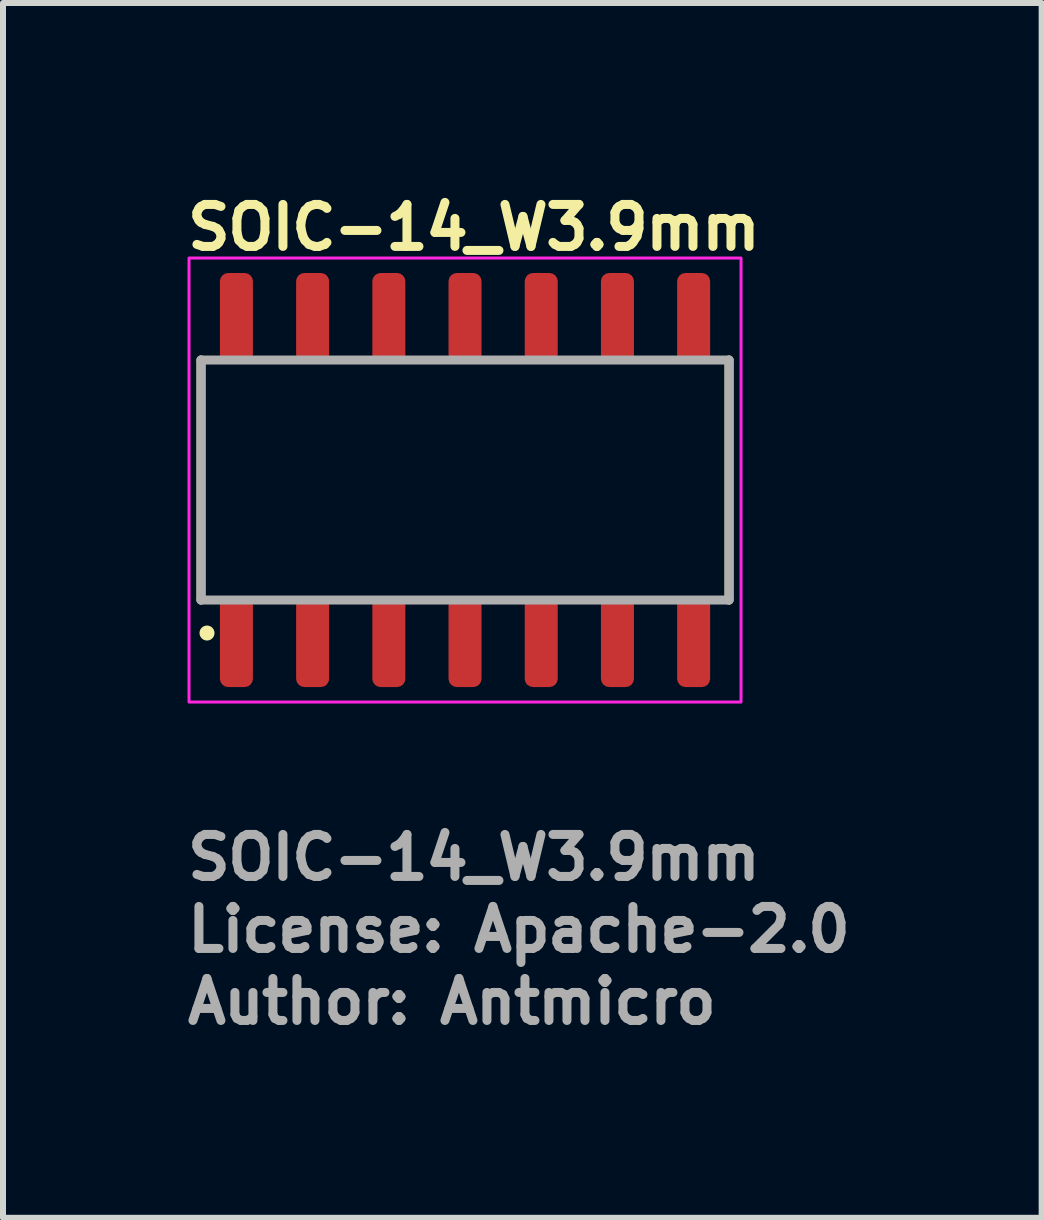
<source format=kicad_pcb>
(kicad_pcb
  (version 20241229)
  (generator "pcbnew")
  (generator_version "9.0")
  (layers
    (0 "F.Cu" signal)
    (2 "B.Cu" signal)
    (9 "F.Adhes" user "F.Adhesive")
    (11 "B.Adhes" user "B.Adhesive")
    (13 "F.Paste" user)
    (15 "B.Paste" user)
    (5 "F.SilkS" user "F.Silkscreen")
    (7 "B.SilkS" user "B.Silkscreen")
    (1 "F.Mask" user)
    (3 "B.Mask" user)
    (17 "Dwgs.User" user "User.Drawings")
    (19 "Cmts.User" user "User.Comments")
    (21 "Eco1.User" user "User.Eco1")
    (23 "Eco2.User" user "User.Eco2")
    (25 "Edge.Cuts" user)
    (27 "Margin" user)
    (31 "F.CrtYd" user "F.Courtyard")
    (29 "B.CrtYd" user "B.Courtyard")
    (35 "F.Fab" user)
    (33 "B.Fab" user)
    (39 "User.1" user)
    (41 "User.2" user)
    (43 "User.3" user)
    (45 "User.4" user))
  (footprint "SOIC-14_W3.9mm"
    (layer "F.Cu")
    (at 4.7 4.95)
    (property "Reference" "SOIC-14_W3.9mm" (at -4.7 -3.8 0) (layer "F.SilkS") (effects (font (size 0.7 0.7) (thickness 0.15)) (justify left bottom)))
    (attr smd)
    (fp_line (start -4.4 2) (end -4.4 -2) (stroke (width 0.15) (type solid)) (layer "F.SilkS"))
    (fp_line (start 4.4 2) (end 4.4 -2) (stroke (width 0.15) (type solid)) (layer "F.SilkS"))
    (fp_circle (center -4.3 2.55) (end -4.25 2.55) (stroke (width 0.15) (type solid)) (fill yes) (layer "F.SilkS"))
    (fp_rect (start -4.6 -3.7) (end 4.6 3.7) (stroke (width 0.05) (type solid)) (fill no) (layer "F.CrtYd"))
    (fp_line (start -4.4 -2) (end -4.4 2) (stroke (width 0.15) (type solid)) (layer "F.Fab"))
    (fp_line (start -4.4 -2) (end 4.4 -2) (stroke (width 0.15) (type solid)) (layer "F.Fab"))
    (fp_line (start -4.4 2) (end 4.4 2) (stroke (width 0.15) (type solid)) (layer "F.Fab"))
    (fp_line (start 4.4 -2) (end 4.4 2) (stroke (width 0.15) (type solid)) (layer "F.Fab"))
    (fp_rect (start -4.35 -3) (end 4.35 3) (stroke (width 0.1) (type solid)) (fill no) (layer "User.5"))
    (fp_line (start -4.35 -1.775) (end -4.275 -1.738) (stroke (width 0.02) (type solid)) (layer "User.9"))
    (fp_line (start -4.35 -1.775) (end -4.175 -1.95) (stroke (width 0.02) (type solid)) (layer "User.9"))
    (fp_line (start -4.35 1.775) (end -4.35 -1.775) (stroke (width 0.02) (type solid)) (layer "User.9"))
    (fp_line (start -4.35 1.775) (end -4.275 1.738) (stroke (width 0.02) (type solid)) (layer "User.9"))
    (fp_line (start -4.275 -1.738) (end -4.16 -1.68) (stroke (width 0.02) (type solid)) (layer "User.9"))
    (fp_line (start -4.275 -1.738) (end -4.138 -1.875) (stroke (width 0.02) (type solid)) (layer "User.9"))
    (fp_line (start -4.275 1.738) (end -4.275 -1.738) (stroke (width 0.02) (type solid)) (layer "User.9"))
    (fp_line (start -4.275 1.738) (end -4.16 1.68) (stroke (width 0.02) (type solid)) (layer "User.9"))
    (fp_line (start -4.175 -1.95) (end -4.138 -1.875) (stroke (width 0.02) (type solid)) (layer "User.9"))
    (fp_line (start -4.175 -1.95) (end -4.015 -1.95) (stroke (width 0.02) (type solid)) (layer "User.9"))
    (fp_line (start -4.175 1.95) (end -4.35 1.775) (stroke (width 0.02) (type solid)) (layer "User.9"))
    (fp_line (start -4.175 1.95) (end -4.138 1.875) (stroke (width 0.02) (type solid)) (layer "User.9"))
    (fp_line (start -4.16 -1.68) (end -4.08 -1.76) (stroke (width 0.02) (type solid)) (layer "User.9"))
    (fp_line (start -4.16 1.68) (end -4.16 -1.68) (stroke (width 0.02) (type solid)) (layer "User.9"))
    (fp_line (start -4.138 -1.875) (end -4.08 -1.76) (stroke (width 0.02) (type solid)) (layer "User.9"))
    (fp_line (start -4.138 -1.875) (end -4.015 -1.875) (stroke (width 0.02) (type solid)) (layer "User.9"))
    (fp_line (start -4.138 1.875) (end -4.275 1.738) (stroke (width 0.02) (type solid)) (layer "User.9"))
    (fp_line (start -4.138 1.875) (end -4.08 1.76) (stroke (width 0.02) (type solid)) (layer "User.9"))
    (fp_line (start -4.08 -1.76) (end 4.08 -1.76) (stroke (width 0.02) (type solid)) (layer "User.9"))
    (fp_line (start -4.08 1.76) (end -4.16 1.68) (stroke (width 0.02) (type solid)) (layer "User.9"))
    (fp_line (start -4.015 -3) (end -4.015 -2.65) (stroke (width 0.02) (type solid)) (layer "User.9"))
    (fp_line (start -4.015 -3) (end -3.605 -3) (stroke (width 0.02) (type solid)) (layer "User.9"))
    (fp_line (start -4.015 -2.65) (end -4.015 -2.639) (stroke (width 0.02) (type solid)) (layer "User.9"))
    (fp_line (start -4.015 -2.65) (end -3.605 -2.65) (stroke (width 0.02) (type solid)) (layer "User.9"))
    (fp_line (start -4.015 -2.639) (end -4.015 -2.628) (stroke (width 0.02) (type solid)) (layer "User.9"))
    (fp_line (start -4.015 -2.628) (end -4.015 -2.617) (stroke (width 0.02) (type solid)) (layer "User.9"))
    (fp_line (start -4.015 -2.617) (end -4.015 -2.607) (stroke (width 0.02) (type solid)) (layer "User.9"))
    (fp_line (start -4.015 -2.607) (end -4.015 -2.597) (stroke (width 0.02) (type solid)) (layer "User.9"))
    (fp_line (start -4.015 -2.597) (end -4.015 -2.588) (stroke (width 0.02) (type solid)) (layer "User.9"))
    (fp_line (start -4.015 -2.588) (end -4.015 -2.579) (stroke (width 0.02) (type solid)) (layer "User.9"))
    (fp_line (start -4.015 -2.579) (end -4.015 -2.572) (stroke (width 0.02) (type solid)) (layer "User.9"))
    (fp_line (start -4.015 -2.572) (end -4.015 -2.565) (stroke (width 0.02) (type solid)) (layer "User.9"))
    (fp_line (start -4.015 -2.565) (end -4.015 -2.56) (stroke (width 0.02) (type solid)) (layer "User.9"))
    (fp_line (start -4.015 -2.56) (end -4.015 -2.556) (stroke (width 0.02) (type solid)) (layer "User.9"))
    (fp_line (start -4.015 -2.556) (end -4.015 -2.553) (stroke (width 0.02) (type solid)) (layer "User.9"))
    (fp_line (start -4.015 -2.553) (end -4.015 -2.551) (stroke (width 0.02) (type solid)) (layer "User.9"))
    (fp_line (start -4.015 -2.551) (end -4.015 -2.55) (stroke (width 0.02) (type solid)) (layer "User.9"))
    (fp_line (start -4.015 -2.55) (end -4.015 -2.548) (stroke (width 0.02) (type solid)) (layer "User.9"))
    (fp_line (start -4.015 -2.55) (end -3.605 -2.55) (stroke (width 0.02) (type solid)) (layer "User.9"))
    (fp_line (start -4.015 -2.55) (end -3.605 -2.55) (stroke (width 0.02) (type solid)) (layer "User.9"))
    (fp_line (start -4.015 -2.548) (end -4.015 -2.542) (stroke (width 0.02) (type solid)) (layer "User.9"))
    (fp_line (start -4.015 -2.542) (end -4.015 -2.533) (stroke (width 0.02) (type solid)) (layer "User.9"))
    (fp_line (start -4.015 -2.533) (end -4.015 -2.52) (stroke (width 0.02) (type solid)) (layer "User.9"))
    (fp_line (start -4.015 -2.52) (end -4.015 -2.504) (stroke (width 0.02) (type solid)) (layer "User.9"))
    (fp_line (start -4.015 -2.504) (end -4.015 -2.485) (stroke (width 0.02) (type solid)) (layer "User.9"))
    (fp_line (start -4.015 -2.485) (end -4.015 -2.462) (stroke (width 0.02) (type solid)) (layer "User.9"))
    (fp_line (start -4.015 -2.462) (end -4.015 -2.437) (stroke (width 0.02) (type solid)) (layer "User.9"))
    (fp_line (start -4.015 -2.437) (end -4.015 -2.41) (stroke (width 0.02) (type solid)) (layer "User.9"))
    (fp_line (start -4.015 -2.41) (end -4.015 -2.38) (stroke (width 0.02) (type solid)) (layer "User.9"))
    (fp_line (start -4.015 -2.38) (end -4.015 -2.349) (stroke (width 0.02) (type solid)) (layer "User.9"))
    (fp_line (start -4.015 -2.349) (end -4.015 -2.317) (stroke (width 0.02) (type solid)) (layer "User.9"))
    (fp_line (start -4.015 -2.317) (end -4.015 -2.284) (stroke (width 0.02) (type solid)) (layer "User.9"))
    (fp_line (start -4.015 -2.284) (end -4.015 -2.25) (stroke (width 0.02) (type solid)) (layer "User.9"))
    (fp_line (start -4.015 -2.25) (end -4.015 -1.95) (stroke (width 0.02) (type solid)) (layer "User.9"))
    (fp_line (start -4.015 -2.25) (end -3.605 -2.25) (stroke (width 0.02) (type solid)) (layer "User.9"))
    (fp_line (start -4.015 -1.875) (end -3.605 -1.875) (stroke (width 0.02) (type solid)) (layer "User.9"))
    (fp_line (start -4.015 1.875) (end -4.138 1.875) (stroke (width 0.02) (type solid)) (layer "User.9"))
    (fp_line (start -4.015 1.95) (end -4.175 1.95) (stroke (width 0.02) (type solid)) (layer "User.9"))
    (fp_line (start -4.015 2.25) (end -4.015 1.95) (stroke (width 0.02) (type solid)) (layer "User.9"))
    (fp_line (start -4.015 2.284) (end -4.015 2.25) (stroke (width 0.02) (type solid)) (layer "User.9"))
    (fp_line (start -4.015 2.317) (end -4.015 2.284) (stroke (width 0.02) (type solid)) (layer "User.9"))
    (fp_line (start -4.015 2.349) (end -4.015 2.317) (stroke (width 0.02) (type solid)) (layer "User.9"))
    (fp_line (start -4.015 2.38) (end -4.015 2.349) (stroke (width 0.02) (type solid)) (layer "User.9"))
    (fp_line (start -4.015 2.41) (end -4.015 2.38) (stroke (width 0.02) (type solid)) (layer "User.9"))
    (fp_line (start -4.015 2.437) (end -4.015 2.41) (stroke (width 0.02) (type solid)) (layer "User.9"))
    (fp_line (start -4.015 2.462) (end -4.015 2.437) (stroke (width 0.02) (type solid)) (layer "User.9"))
    (fp_line (start -4.015 2.485) (end -4.015 2.462) (stroke (width 0.02) (type solid)) (layer "User.9"))
    (fp_line (start -4.015 2.504) (end -4.015 2.485) (stroke (width 0.02) (type solid)) (layer "User.9"))
    (fp_line (start -4.015 2.52) (end -4.015 2.504) (stroke (width 0.02) (type solid)) (layer "User.9"))
    (fp_line (start -4.015 2.533) (end -4.015 2.52) (stroke (width 0.02) (type solid)) (layer "User.9"))
    (fp_line (start -4.015 2.542) (end -4.015 2.533) (stroke (width 0.02) (type solid)) (layer "User.9"))
    (fp_line (start -4.015 2.548) (end -4.015 2.542) (stroke (width 0.02) (type solid)) (layer "User.9"))
    (fp_line (start -4.015 2.55) (end -4.015 2.548) (stroke (width 0.02) (type solid)) (layer "User.9"))
    (fp_line (start -4.015 2.551) (end -4.015 2.55) (stroke (width 0.02) (type solid)) (layer "User.9"))
    (fp_line (start -4.015 2.553) (end -4.015 2.551) (stroke (width 0.02) (type solid)) (layer "User.9"))
    (fp_line (start -4.015 2.556) (end -4.015 2.553) (stroke (width 0.02) (type solid)) (layer "User.9"))
    (fp_line (start -4.015 2.56) (end -4.015 2.556) (stroke (width 0.02) (type solid)) (layer "User.9"))
    (fp_line (start -4.015 2.565) (end -4.015 2.56) (stroke (width 0.02) (type solid)) (layer "User.9"))
    (fp_line (start -4.015 2.572) (end -4.015 2.565) (stroke (width 0.02) (type solid)) (layer "User.9"))
    (fp_line (start -4.015 2.579) (end -4.015 2.572) (stroke (width 0.02) (type solid)) (layer "User.9"))
    (fp_line (start -4.015 2.588) (end -4.015 2.579) (stroke (width 0.02) (type solid)) (layer "User.9"))
    (fp_line (start -4.015 2.597) (end -4.015 2.588) (stroke (width 0.02) (type solid)) (layer "User.9"))
    (fp_line (start -4.015 2.607) (end -4.015 2.597) (stroke (width 0.02) (type solid)) (layer "User.9"))
    (fp_line (start -4.015 2.617) (end -4.015 2.607) (stroke (width 0.02) (type solid)) (layer "User.9"))
    (fp_line (start -4.015 2.628) (end -4.015 2.617) (stroke (width 0.02) (type solid)) (layer "User.9"))
    (fp_line (start -4.015 2.639) (end -4.015 2.628) (stroke (width 0.02) (type solid)) (layer "User.9"))
    (fp_line (start -4.015 2.65) (end -4.015 2.639) (stroke (width 0.02) (type solid)) (layer "User.9"))
    (fp_line (start -4.015 3) (end -4.015 2.65) (stroke (width 0.02) (type solid)) (layer "User.9"))
    (fp_line (start -3.605 -3) (end -3.605 -2.65) (stroke (width 0.02) (type solid)) (layer "User.9"))
    (fp_line (start -3.605 -2.65) (end -3.605 -2.639) (stroke (width 0.02) (type solid)) (layer "User.9"))
    (fp_line (start -3.605 -2.639) (end -3.605 -2.628) (stroke (width 0.02) (type solid)) (layer "User.9"))
    (fp_line (start -3.605 -2.628) (end -3.605 -2.617) (stroke (width 0.02) (type solid)) (layer "User.9"))
    (fp_line (start -3.605 -2.617) (end -3.605 -2.607) (stroke (width 0.02) (type solid)) (layer "User.9"))
    (fp_line (start -3.605 -2.607) (end -3.605 -2.597) (stroke (width 0.02) (type solid)) (layer "User.9"))
    (fp_line (start -3.605 -2.597) (end -3.605 -2.588) (stroke (width 0.02) (type solid)) (layer "User.9"))
    (fp_line (start -3.605 -2.588) (end -3.605 -2.579) (stroke (width 0.02) (type solid)) (layer "User.9"))
    (fp_line (start -3.605 -2.579) (end -3.605 -2.572) (stroke (width 0.02) (type solid)) (layer "User.9"))
    (fp_line (start -3.605 -2.572) (end -3.605 -2.565) (stroke (width 0.02) (type solid)) (layer "User.9"))
    (fp_line (start -3.605 -2.565) (end -3.605 -2.56) (stroke (width 0.02) (type solid)) (layer "User.9"))
    (fp_line (start -3.605 -2.56) (end -3.605 -2.556) (stroke (width 0.02) (type solid)) (layer "User.9"))
    (fp_line (start -3.605 -2.556) (end -3.605 -2.553) (stroke (width 0.02) (type solid)) (layer "User.9"))
    (fp_line (start -3.605 -2.553) (end -3.605 -2.551) (stroke (width 0.02) (type solid)) (layer "User.9"))
    (fp_line (start -3.605 -2.551) (end -3.605 -2.55) (stroke (width 0.02) (type solid)) (layer "User.9"))
    (fp_line (start -3.605 -2.55) (end -3.605 -2.548) (stroke (width 0.02) (type solid)) (layer "User.9"))
    (fp_line (start -3.605 -2.548) (end -3.605 -2.542) (stroke (width 0.02) (type solid)) (layer "User.9"))
    (fp_line (start -3.605 -2.542) (end -3.605 -2.533) (stroke (width 0.02) (type solid)) (layer "User.9"))
    (fp_line (start -3.605 -2.533) (end -3.605 -2.52) (stroke (width 0.02) (type solid)) (layer "User.9"))
    (fp_line (start -3.605 -2.52) (end -3.605 -2.504) (stroke (width 0.02) (type solid)) (layer "User.9"))
    (fp_line (start -3.605 -2.504) (end -3.605 -2.485) (stroke (width 0.02) (type solid)) (layer "User.9"))
    (fp_line (start -3.605 -2.485) (end -3.605 -2.462) (stroke (width 0.02) (type solid)) (layer "User.9"))
    (fp_line (start -3.605 -2.462) (end -3.605 -2.437) (stroke (width 0.02) (type solid)) (layer "User.9"))
    (fp_line (start -3.605 -2.437) (end -3.605 -2.41) (stroke (width 0.02) (type solid)) (layer "User.9"))
    (fp_line (start -3.605 -2.41) (end -3.605 -2.38) (stroke (width 0.02) (type solid)) (layer "User.9"))
    (fp_line (start -3.605 -2.38) (end -3.605 -2.349) (stroke (width 0.02) (type solid)) (layer "User.9"))
    (fp_line (start -3.605 -2.349) (end -3.605 -2.317) (stroke (width 0.02) (type solid)) (layer "User.9"))
    (fp_line (start -3.605 -2.317) (end -3.605 -2.284) (stroke (width 0.02) (type solid)) (layer "User.9"))
    (fp_line (start -3.605 -2.284) (end -3.605 -2.25) (stroke (width 0.02) (type solid)) (layer "User.9"))
    (fp_line (start -3.605 -2.25) (end -3.605 -1.95) (stroke (width 0.02) (type solid)) (layer "User.9"))
    (fp_line (start -3.605 -1.95) (end -2.745 -1.95) (stroke (width 0.02) (type solid)) (layer "User.9"))
    (fp_line (start -3.605 -1.875) (end -2.745 -1.875) (stroke (width 0.02) (type solid)) (layer "User.9"))
    (fp_line (start -3.605 1.875) (end -4.015 1.875) (stroke (width 0.02) (type solid)) (layer "User.9"))
    (fp_line (start -3.605 2.25) (end -4.015 2.25) (stroke (width 0.02) (type solid)) (layer "User.9"))
    (fp_line (start -3.605 2.25) (end -3.605 1.95) (stroke (width 0.02) (type solid)) (layer "User.9"))
    (fp_line (start -3.605 2.284) (end -3.605 2.25) (stroke (width 0.02) (type solid)) (layer "User.9"))
    (fp_line (start -3.605 2.317) (end -3.605 2.284) (stroke (width 0.02) (type solid)) (layer "User.9"))
    (fp_line (start -3.605 2.349) (end -3.605 2.317) (stroke (width 0.02) (type solid)) (layer "User.9"))
    (fp_line (start -3.605 2.38) (end -3.605 2.349) (stroke (width 0.02) (type solid)) (layer "User.9"))
    (fp_line (start -3.605 2.41) (end -3.605 2.38) (stroke (width 0.02) (type solid)) (layer "User.9"))
    (fp_line (start -3.605 2.437) (end -3.605 2.41) (stroke (width 0.02) (type solid)) (layer "User.9"))
    (fp_line (start -3.605 2.462) (end -3.605 2.437) (stroke (width 0.02) (type solid)) (layer "User.9"))
    (fp_line (start -3.605 2.485) (end -3.605 2.462) (stroke (width 0.02) (type solid)) (layer "User.9"))
    (fp_line (start -3.605 2.504) (end -3.605 2.485) (stroke (width 0.02) (type solid)) (layer "User.9"))
    (fp_line (start -3.605 2.52) (end -3.605 2.504) (stroke (width 0.02) (type solid)) (layer "User.9"))
    (fp_line (start -3.605 2.533) (end -3.605 2.52) (stroke (width 0.02) (type solid)) (layer "User.9"))
    (fp_line (start -3.605 2.542) (end -3.605 2.533) (stroke (width 0.02) (type solid)) (layer "User.9"))
    (fp_line (start -3.605 2.548) (end -3.605 2.542) (stroke (width 0.02) (type solid)) (layer "User.9"))
    (fp_line (start -3.605 2.55) (end -4.015 2.55) (stroke (width 0.02) (type solid)) (layer "User.9"))
    (fp_line (start -3.605 2.55) (end -4.015 2.55) (stroke (width 0.02) (type solid)) (layer "User.9"))
    (fp_line (start -3.605 2.55) (end -3.605 2.548) (stroke (width 0.02) (type solid)) (layer "User.9"))
    (fp_line (start -3.605 2.551) (end -3.605 2.55) (stroke (width 0.02) (type solid)) (layer "User.9"))
    (fp_line (start -3.605 2.553) (end -3.605 2.551) (stroke (width 0.02) (type solid)) (layer "User.9"))
    (fp_line (start -3.605 2.556) (end -3.605 2.553) (stroke (width 0.02) (type solid)) (layer "User.9"))
    (fp_line (start -3.605 2.56) (end -3.605 2.556) (stroke (width 0.02) (type solid)) (layer "User.9"))
    (fp_line (start -3.605 2.565) (end -3.605 2.56) (stroke (width 0.02) (type solid)) (layer "User.9"))
    (fp_line (start -3.605 2.572) (end -3.605 2.565) (stroke (width 0.02) (type solid)) (layer "User.9"))
    (fp_line (start -3.605 2.579) (end -3.605 2.572) (stroke (width 0.02) (type solid)) (layer "User.9"))
    (fp_line (start -3.605 2.588) (end -3.605 2.579) (stroke (width 0.02) (type solid)) (layer "User.9"))
    (fp_line (start -3.605 2.597) (end -3.605 2.588) (stroke (width 0.02) (type solid)) (layer "User.9"))
    (fp_line (start -3.605 2.607) (end -3.605 2.597) (stroke (width 0.02) (type solid)) (layer "User.9"))
    (fp_line (start -3.605 2.617) (end -3.605 2.607) (stroke (width 0.02) (type solid)) (layer "User.9"))
    (fp_line (start -3.605 2.628) (end -3.605 2.617) (stroke (width 0.02) (type solid)) (layer "User.9"))
    (fp_line (start -3.605 2.639) (end -3.605 2.628) (stroke (width 0.02) (type solid)) (layer "User.9"))
    (fp_line (start -3.605 2.65) (end -4.015 2.65) (stroke (width 0.02) (type solid)) (layer "User.9"))
    (fp_line (start -3.605 2.65) (end -3.605 2.639) (stroke (width 0.02) (type solid)) (layer "User.9"))
    (fp_line (start -3.605 3) (end -4.015 3) (stroke (width 0.02) (type solid)) (layer "User.9"))
    (fp_line (start -3.605 3) (end -3.605 2.65) (stroke (width 0.02) (type solid)) (layer "User.9"))
    (fp_line (start -2.745 -3) (end -2.745 -2.65) (stroke (width 0.02) (type solid)) (layer "User.9"))
    (fp_line (start -2.745 -3) (end -2.335 -3) (stroke (width 0.02) (type solid)) (layer "User.9"))
    (fp_line (start -2.745 -2.65) (end -2.745 -2.639) (stroke (width 0.02) (type solid)) (layer "User.9"))
    (fp_line (start -2.745 -2.65) (end -2.335 -2.65) (stroke (width 0.02) (type solid)) (layer "User.9"))
    (fp_line (start -2.745 -2.639) (end -2.745 -2.628) (stroke (width 0.02) (type solid)) (layer "User.9"))
    (fp_line (start -2.745 -2.628) (end -2.745 -2.617) (stroke (width 0.02) (type solid)) (layer "User.9"))
    (fp_line (start -2.745 -2.617) (end -2.745 -2.607) (stroke (width 0.02) (type solid)) (layer "User.9"))
    (fp_line (start -2.745 -2.607) (end -2.745 -2.597) (stroke (width 0.02) (type solid)) (layer "User.9"))
    (fp_line (start -2.745 -2.597) (end -2.745 -2.588) (stroke (width 0.02) (type solid)) (layer "User.9"))
    (fp_line (start -2.745 -2.588) (end -2.745 -2.579) (stroke (width 0.02) (type solid)) (layer "User.9"))
    (fp_line (start -2.745 -2.579) (end -2.745 -2.572) (stroke (width 0.02) (type solid)) (layer "User.9"))
    (fp_line (start -2.745 -2.572) (end -2.745 -2.565) (stroke (width 0.02) (type solid)) (layer "User.9"))
    (fp_line (start -2.745 -2.565) (end -2.745 -2.56) (stroke (width 0.02) (type solid)) (layer "User.9"))
    (fp_line (start -2.745 -2.56) (end -2.745 -2.556) (stroke (width 0.02) (type solid)) (layer "User.9"))
    (fp_line (start -2.745 -2.556) (end -2.745 -2.553) (stroke (width 0.02) (type solid)) (layer "User.9"))
    (fp_line (start -2.745 -2.553) (end -2.745 -2.551) (stroke (width 0.02) (type solid)) (layer "User.9"))
    (fp_line (start -2.745 -2.551) (end -2.745 -2.55) (stroke (width 0.02) (type solid)) (layer "User.9"))
    (fp_line (start -2.745 -2.55) (end -2.745 -2.548) (stroke (width 0.02) (type solid)) (layer "User.9"))
    (fp_line (start -2.745 -2.55) (end -2.335 -2.55) (stroke (width 0.02) (type solid)) (layer "User.9"))
    (fp_line (start -2.745 -2.55) (end -2.335 -2.55) (stroke (width 0.02) (type solid)) (layer "User.9"))
    (fp_line (start -2.745 -2.548) (end -2.745 -2.542) (stroke (width 0.02) (type solid)) (layer "User.9"))
    (fp_line (start -2.745 -2.542) (end -2.745 -2.533) (stroke (width 0.02) (type solid)) (layer "User.9"))
    (fp_line (start -2.745 -2.533) (end -2.745 -2.52) (stroke (width 0.02) (type solid)) (layer "User.9"))
    (fp_line (start -2.745 -2.52) (end -2.745 -2.504) (stroke (width 0.02) (type solid)) (layer "User.9"))
    (fp_line (start -2.745 -2.504) (end -2.745 -2.485) (stroke (width 0.02) (type solid)) (layer "User.9"))
    (fp_line (start -2.745 -2.485) (end -2.745 -2.462) (stroke (width 0.02) (type solid)) (layer "User.9"))
    (fp_line (start -2.745 -2.462) (end -2.745 -2.437) (stroke (width 0.02) (type solid)) (layer "User.9"))
    (fp_line (start -2.745 -2.437) (end -2.745 -2.41) (stroke (width 0.02) (type solid)) (layer "User.9"))
    (fp_line (start -2.745 -2.41) (end -2.745 -2.38) (stroke (width 0.02) (type solid)) (layer "User.9"))
    (fp_line (start -2.745 -2.38) (end -2.745 -2.349) (stroke (width 0.02) (type solid)) (layer "User.9"))
    (fp_line (start -2.745 -2.349) (end -2.745 -2.317) (stroke (width 0.02) (type solid)) (layer "User.9"))
    (fp_line (start -2.745 -2.317) (end -2.745 -2.284) (stroke (width 0.02) (type solid)) (layer "User.9"))
    (fp_line (start -2.745 -2.284) (end -2.745 -2.25) (stroke (width 0.02) (type solid)) (layer "User.9"))
    (fp_line (start -2.745 -2.25) (end -2.745 -1.95) (stroke (width 0.02) (type solid)) (layer "User.9"))
    (fp_line (start -2.745 -2.25) (end -2.335 -2.25) (stroke (width 0.02) (type solid)) (layer "User.9"))
    (fp_line (start -2.745 -1.875) (end -2.335 -1.875) (stroke (width 0.02) (type solid)) (layer "User.9"))
    (fp_line (start -2.745 1.875) (end -3.605 1.875) (stroke (width 0.02) (type solid)) (layer "User.9"))
    (fp_line (start -2.745 1.95) (end -3.605 1.95) (stroke (width 0.02) (type solid)) (layer "User.9"))
    (fp_line (start -2.745 2.25) (end -2.745 1.95) (stroke (width 0.02) (type solid)) (layer "User.9"))
    (fp_line (start -2.745 2.284) (end -2.745 2.25) (stroke (width 0.02) (type solid)) (layer "User.9"))
    (fp_line (start -2.745 2.317) (end -2.745 2.284) (stroke (width 0.02) (type solid)) (layer "User.9"))
    (fp_line (start -2.745 2.349) (end -2.745 2.317) (stroke (width 0.02) (type solid)) (layer "User.9"))
    (fp_line (start -2.745 2.38) (end -2.745 2.349) (stroke (width 0.02) (type solid)) (layer "User.9"))
    (fp_line (start -2.745 2.41) (end -2.745 2.38) (stroke (width 0.02) (type solid)) (layer "User.9"))
    (fp_line (start -2.745 2.437) (end -2.745 2.41) (stroke (width 0.02) (type solid)) (layer "User.9"))
    (fp_line (start -2.745 2.462) (end -2.745 2.437) (stroke (width 0.02) (type solid)) (layer "User.9"))
    (fp_line (start -2.745 2.485) (end -2.745 2.462) (stroke (width 0.02) (type solid)) (layer "User.9"))
    (fp_line (start -2.745 2.504) (end -2.745 2.485) (stroke (width 0.02) (type solid)) (layer "User.9"))
    (fp_line (start -2.745 2.52) (end -2.745 2.504) (stroke (width 0.02) (type solid)) (layer "User.9"))
    (fp_line (start -2.745 2.533) (end -2.745 2.52) (stroke (width 0.02) (type solid)) (layer "User.9"))
    (fp_line (start -2.745 2.542) (end -2.745 2.533) (stroke (width 0.02) (type solid)) (layer "User.9"))
    (fp_line (start -2.745 2.548) (end -2.745 2.542) (stroke (width 0.02) (type solid)) (layer "User.9"))
    (fp_line (start -2.745 2.55) (end -2.745 2.548) (stroke (width 0.02) (type solid)) (layer "User.9"))
    (fp_line (start -2.745 2.551) (end -2.745 2.55) (stroke (width 0.02) (type solid)) (layer "User.9"))
    (fp_line (start -2.745 2.553) (end -2.745 2.551) (stroke (width 0.02) (type solid)) (layer "User.9"))
    (fp_line (start -2.745 2.556) (end -2.745 2.553) (stroke (width 0.02) (type solid)) (layer "User.9"))
    (fp_line (start -2.745 2.56) (end -2.745 2.556) (stroke (width 0.02) (type solid)) (layer "User.9"))
    (fp_line (start -2.745 2.565) (end -2.745 2.56) (stroke (width 0.02) (type solid)) (layer "User.9"))
    (fp_line (start -2.745 2.572) (end -2.745 2.565) (stroke (width 0.02) (type solid)) (layer "User.9"))
    (fp_line (start -2.745 2.579) (end -2.745 2.572) (stroke (width 0.02) (type solid)) (layer "User.9"))
    (fp_line (start -2.745 2.588) (end -2.745 2.579) (stroke (width 0.02) (type solid)) (layer "User.9"))
    (fp_line (start -2.745 2.597) (end -2.745 2.588) (stroke (width 0.02) (type solid)) (layer "User.9"))
    (fp_line (start -2.745 2.607) (end -2.745 2.597) (stroke (width 0.02) (type solid)) (layer "User.9"))
    (fp_line (start -2.745 2.617) (end -2.745 2.607) (stroke (width 0.02) (type solid)) (layer "User.9"))
    (fp_line (start -2.745 2.628) (end -2.745 2.617) (stroke (width 0.02) (type solid)) (layer "User.9"))
    (fp_line (start -2.745 2.639) (end -2.745 2.628) (stroke (width 0.02) (type solid)) (layer "User.9"))
    (fp_line (start -2.745 2.65) (end -2.745 2.639) (stroke (width 0.02) (type solid)) (layer "User.9"))
    (fp_line (start -2.745 3) (end -2.745 2.65) (stroke (width 0.02) (type solid)) (layer "User.9"))
    (fp_line (start -2.335 -3) (end -2.335 -2.65) (stroke (width 0.02) (type solid)) (layer "User.9"))
    (fp_line (start -2.335 -2.65) (end -2.335 -2.639) (stroke (width 0.02) (type solid)) (layer "User.9"))
    (fp_line (start -2.335 -2.639) (end -2.335 -2.628) (stroke (width 0.02) (type solid)) (layer "User.9"))
    (fp_line (start -2.335 -2.628) (end -2.335 -2.617) (stroke (width 0.02) (type solid)) (layer "User.9"))
    (fp_line (start -2.335 -2.617) (end -2.335 -2.607) (stroke (width 0.02) (type solid)) (layer "User.9"))
    (fp_line (start -2.335 -2.607) (end -2.335 -2.597) (stroke (width 0.02) (type solid)) (layer "User.9"))
    (fp_line (start -2.335 -2.597) (end -2.335 -2.588) (stroke (width 0.02) (type solid)) (layer "User.9"))
    (fp_line (start -2.335 -2.588) (end -2.335 -2.579) (stroke (width 0.02) (type solid)) (layer "User.9"))
    (fp_line (start -2.335 -2.579) (end -2.335 -2.572) (stroke (width 0.02) (type solid)) (layer "User.9"))
    (fp_line (start -2.335 -2.572) (end -2.335 -2.565) (stroke (width 0.02) (type solid)) (layer "User.9"))
    (fp_line (start -2.335 -2.565) (end -2.335 -2.56) (stroke (width 0.02) (type solid)) (layer "User.9"))
    (fp_line (start -2.335 -2.56) (end -2.335 -2.556) (stroke (width 0.02) (type solid)) (layer "User.9"))
    (fp_line (start -2.335 -2.556) (end -2.335 -2.553) (stroke (width 0.02) (type solid)) (layer "User.9"))
    (fp_line (start -2.335 -2.553) (end -2.335 -2.551) (stroke (width 0.02) (type solid)) (layer "User.9"))
    (fp_line (start -2.335 -2.551) (end -2.335 -2.55) (stroke (width 0.02) (type solid)) (layer "User.9"))
    (fp_line (start -2.335 -2.55) (end -2.335 -2.548) (stroke (width 0.02) (type solid)) (layer "User.9"))
    (fp_line (start -2.335 -2.548) (end -2.335 -2.542) (stroke (width 0.02) (type solid)) (layer "User.9"))
    (fp_line (start -2.335 -2.542) (end -2.335 -2.533) (stroke (width 0.02) (type solid)) (layer "User.9"))
    (fp_line (start -2.335 -2.533) (end -2.335 -2.52) (stroke (width 0.02) (type solid)) (layer "User.9"))
    (fp_line (start -2.335 -2.52) (end -2.335 -2.504) (stroke (width 0.02) (type solid)) (layer "User.9"))
    (fp_line (start -2.335 -2.504) (end -2.335 -2.485) (stroke (width 0.02) (type solid)) (layer "User.9"))
    (fp_line (start -2.335 -2.485) (end -2.335 -2.462) (stroke (width 0.02) (type solid)) (layer "User.9"))
    (fp_line (start -2.335 -2.462) (end -2.335 -2.437) (stroke (width 0.02) (type solid)) (layer "User.9"))
    (fp_line (start -2.335 -2.437) (end -2.335 -2.41) (stroke (width 0.02) (type solid)) (layer "User.9"))
    (fp_line (start -2.335 -2.41) (end -2.335 -2.38) (stroke (width 0.02) (type solid)) (layer "User.9"))
    (fp_line (start -2.335 -2.38) (end -2.335 -2.349) (stroke (width 0.02) (type solid)) (layer "User.9"))
    (fp_line (start -2.335 -2.349) (end -2.335 -2.317) (stroke (width 0.02) (type solid)) (layer "User.9"))
    (fp_line (start -2.335 -2.317) (end -2.335 -2.284) (stroke (width 0.02) (type solid)) (layer "User.9"))
    (fp_line (start -2.335 -2.284) (end -2.335 -2.25) (stroke (width 0.02) (type solid)) (layer "User.9"))
    (fp_line (start -2.335 -2.25) (end -2.335 -1.95) (stroke (width 0.02) (type solid)) (layer "User.9"))
    (fp_line (start -2.335 -1.95) (end -1.475 -1.95) (stroke (width 0.02) (type solid)) (layer "User.9"))
    (fp_line (start -2.335 -1.875) (end -1.475 -1.875) (stroke (width 0.02) (type solid)) (layer "User.9"))
    (fp_line (start -2.335 1.875) (end -2.745 1.875) (stroke (width 0.02) (type solid)) (layer "User.9"))
    (fp_line (start -2.335 2.25) (end -2.745 2.25) (stroke (width 0.02) (type solid)) (layer "User.9"))
    (fp_line (start -2.335 2.25) (end -2.335 1.95) (stroke (width 0.02) (type solid)) (layer "User.9"))
    (fp_line (start -2.335 2.284) (end -2.335 2.25) (stroke (width 0.02) (type solid)) (layer "User.9"))
    (fp_line (start -2.335 2.317) (end -2.335 2.284) (stroke (width 0.02) (type solid)) (layer "User.9"))
    (fp_line (start -2.335 2.349) (end -2.335 2.317) (stroke (width 0.02) (type solid)) (layer "User.9"))
    (fp_line (start -2.335 2.38) (end -2.335 2.349) (stroke (width 0.02) (type solid)) (layer "User.9"))
    (fp_line (start -2.335 2.41) (end -2.335 2.38) (stroke (width 0.02) (type solid)) (layer "User.9"))
    (fp_line (start -2.335 2.437) (end -2.335 2.41) (stroke (width 0.02) (type solid)) (layer "User.9"))
    (fp_line (start -2.335 2.462) (end -2.335 2.437) (stroke (width 0.02) (type solid)) (layer "User.9"))
    (fp_line (start -2.335 2.485) (end -2.335 2.462) (stroke (width 0.02) (type solid)) (layer "User.9"))
    (fp_line (start -2.335 2.504) (end -2.335 2.485) (stroke (width 0.02) (type solid)) (layer "User.9"))
    (fp_line (start -2.335 2.52) (end -2.335 2.504) (stroke (width 0.02) (type solid)) (layer "User.9"))
    (fp_line (start -2.335 2.533) (end -2.335 2.52) (stroke (width 0.02) (type solid)) (layer "User.9"))
    (fp_line (start -2.335 2.542) (end -2.335 2.533) (stroke (width 0.02) (type solid)) (layer "User.9"))
    (fp_line (start -2.335 2.548) (end -2.335 2.542) (stroke (width 0.02) (type solid)) (layer "User.9"))
    (fp_line (start -2.335 2.55) (end -2.745 2.55) (stroke (width 0.02) (type solid)) (layer "User.9"))
    (fp_line (start -2.335 2.55) (end -2.745 2.55) (stroke (width 0.02) (type solid)) (layer "User.9"))
    (fp_line (start -2.335 2.55) (end -2.335 2.548) (stroke (width 0.02) (type solid)) (layer "User.9"))
    (fp_line (start -2.335 2.551) (end -2.335 2.55) (stroke (width 0.02) (type solid)) (layer "User.9"))
    (fp_line (start -2.335 2.553) (end -2.335 2.551) (stroke (width 0.02) (type solid)) (layer "User.9"))
    (fp_line (start -2.335 2.556) (end -2.335 2.553) (stroke (width 0.02) (type solid)) (layer "User.9"))
    (fp_line (start -2.335 2.56) (end -2.335 2.556) (stroke (width 0.02) (type solid)) (layer "User.9"))
    (fp_line (start -2.335 2.565) (end -2.335 2.56) (stroke (width 0.02) (type solid)) (layer "User.9"))
    (fp_line (start -2.335 2.572) (end -2.335 2.565) (stroke (width 0.02) (type solid)) (layer "User.9"))
    (fp_line (start -2.335 2.579) (end -2.335 2.572) (stroke (width 0.02) (type solid)) (layer "User.9"))
    (fp_line (start -2.335 2.588) (end -2.335 2.579) (stroke (width 0.02) (type solid)) (layer "User.9"))
    (fp_line (start -2.335 2.597) (end -2.335 2.588) (stroke (width 0.02) (type solid)) (layer "User.9"))
    (fp_line (start -2.335 2.607) (end -2.335 2.597) (stroke (width 0.02) (type solid)) (layer "User.9"))
    (fp_line (start -2.335 2.617) (end -2.335 2.607) (stroke (width 0.02) (type solid)) (layer "User.9"))
    (fp_line (start -2.335 2.628) (end -2.335 2.617) (stroke (width 0.02) (type solid)) (layer "User.9"))
    (fp_line (start -2.335 2.639) (end -2.335 2.628) (stroke (width 0.02) (type solid)) (layer "User.9"))
    (fp_line (start -2.335 2.65) (end -2.745 2.65) (stroke (width 0.02) (type solid)) (layer "User.9"))
    (fp_line (start -2.335 2.65) (end -2.335 2.639) (stroke (width 0.02) (type solid)) (layer "User.9"))
    (fp_line (start -2.335 3) (end -2.745 3) (stroke (width 0.02) (type solid)) (layer "User.9"))
    (fp_line (start -2.335 3) (end -2.335 2.65) (stroke (width 0.02) (type solid)) (layer "User.9"))
    (fp_line (start -1.475 -3) (end -1.475 -2.65) (stroke (width 0.02) (type solid)) (layer "User.9"))
    (fp_line (start -1.475 -3) (end -1.065 -3) (stroke (width 0.02) (type solid)) (layer "User.9"))
    (fp_line (start -1.475 -2.65) (end -1.475 -2.639) (stroke (width 0.02) (type solid)) (layer "User.9"))
    (fp_line (start -1.475 -2.65) (end -1.065 -2.65) (stroke (width 0.02) (type solid)) (layer "User.9"))
    (fp_line (start -1.475 -2.639) (end -1.475 -2.628) (stroke (width 0.02) (type solid)) (layer "User.9"))
    (fp_line (start -1.475 -2.628) (end -1.475 -2.617) (stroke (width 0.02) (type solid)) (layer "User.9"))
    (fp_line (start -1.475 -2.617) (end -1.475 -2.607) (stroke (width 0.02) (type solid)) (layer "User.9"))
    (fp_line (start -1.475 -2.607) (end -1.475 -2.597) (stroke (width 0.02) (type solid)) (layer "User.9"))
    (fp_line (start -1.475 -2.597) (end -1.475 -2.588) (stroke (width 0.02) (type solid)) (layer "User.9"))
    (fp_line (start -1.475 -2.588) (end -1.475 -2.579) (stroke (width 0.02) (type solid)) (layer "User.9"))
    (fp_line (start -1.475 -2.579) (end -1.475 -2.572) (stroke (width 0.02) (type solid)) (layer "User.9"))
    (fp_line (start -1.475 -2.572) (end -1.475 -2.565) (stroke (width 0.02) (type solid)) (layer "User.9"))
    (fp_line (start -1.475 -2.565) (end -1.475 -2.56) (stroke (width 0.02) (type solid)) (layer "User.9"))
    (fp_line (start -1.475 -2.56) (end -1.475 -2.556) (stroke (width 0.02) (type solid)) (layer "User.9"))
    (fp_line (start -1.475 -2.556) (end -1.475 -2.553) (stroke (width 0.02) (type solid)) (layer "User.9"))
    (fp_line (start -1.475 -2.553) (end -1.475 -2.551) (stroke (width 0.02) (type solid)) (layer "User.9"))
    (fp_line (start -1.475 -2.551) (end -1.475 -2.55) (stroke (width 0.02) (type solid)) (layer "User.9"))
    (fp_line (start -1.475 -2.55) (end -1.475 -2.548) (stroke (width 0.02) (type solid)) (layer "User.9"))
    (fp_line (start -1.475 -2.55) (end -1.065 -2.55) (stroke (width 0.02) (type solid)) (layer "User.9"))
    (fp_line (start -1.475 -2.548) (end -1.475 -2.542) (stroke (width 0.02) (type solid)) (layer "User.9"))
    (fp_line (start -1.475 -2.542) (end -1.475 -2.533) (stroke (width 0.02) (type solid)) (layer "User.9"))
    (fp_line (start -1.475 -2.533) (end -1.475 -2.52) (stroke (width 0.02) (type solid)) (layer "User.9"))
    (fp_line (start -1.475 -2.52) (end -1.475 -2.504) (stroke (width 0.02) (type solid)) (layer "User.9"))
    (fp_line (start -1.475 -2.504) (end -1.475 -2.485) (stroke (width 0.02) (type solid)) (layer "User.9"))
    (fp_line (start -1.475 -2.485) (end -1.475 -2.462) (stroke (width 0.02) (type solid)) (layer "User.9"))
    (fp_line (start -1.475 -2.462) (end -1.475 -2.437) (stroke (width 0.02) (type solid)) (layer "User.9"))
    (fp_line (start -1.475 -2.437) (end -1.475 -2.41) (stroke (width 0.02) (type solid)) (layer "User.9"))
    (fp_line (start -1.475 -2.41) (end -1.475 -2.38) (stroke (width 0.02) (type solid)) (layer "User.9"))
    (fp_line (start -1.475 -2.38) (end -1.475 -2.349) (stroke (width 0.02) (type solid)) (layer "User.9"))
    (fp_line (start -1.475 -2.349) (end -1.475 -2.317) (stroke (width 0.02) (type solid)) (layer "User.9"))
    (fp_line (start -1.475 -2.317) (end -1.475 -2.284) (stroke (width 0.02) (type solid)) (layer "User.9"))
    (fp_line (start -1.475 -2.284) (end -1.475 -2.25) (stroke (width 0.02) (type solid)) (layer "User.9"))
    (fp_line (start -1.475 -2.25) (end -1.475 -1.95) (stroke (width 0.02) (type solid)) (layer "User.9"))
    (fp_line (start -1.475 -2.25) (end -1.065 -2.25) (stroke (width 0.02) (type solid)) (layer "User.9"))
    (fp_line (start -1.475 -1.875) (end -1.065 -1.875) (stroke (width 0.02) (type solid)) (layer "User.9"))
    (fp_line (start -1.475 1.875) (end -2.335 1.875) (stroke (width 0.02) (type solid)) (layer "User.9"))
    (fp_line (start -1.475 1.95) (end -2.335 1.95) (stroke (width 0.02) (type solid)) (layer "User.9"))
    (fp_line (start -1.475 2.25) (end -1.475 1.95) (stroke (width 0.02) (type solid)) (layer "User.9"))
    (fp_line (start -1.475 2.284) (end -1.475 2.25) (stroke (width 0.02) (type solid)) (layer "User.9"))
    (fp_line (start -1.475 2.317) (end -1.475 2.284) (stroke (width 0.02) (type solid)) (layer "User.9"))
    (fp_line (start -1.475 2.349) (end -1.475 2.317) (stroke (width 0.02) (type solid)) (layer "User.9"))
    (fp_line (start -1.475 2.38) (end -1.475 2.349) (stroke (width 0.02) (type solid)) (layer "User.9"))
    (fp_line (start -1.475 2.41) (end -1.475 2.38) (stroke (width 0.02) (type solid)) (layer "User.9"))
    (fp_line (start -1.475 2.437) (end -1.475 2.41) (stroke (width 0.02) (type solid)) (layer "User.9"))
    (fp_line (start -1.475 2.462) (end -1.475 2.437) (stroke (width 0.02) (type solid)) (layer "User.9"))
    (fp_line (start -1.475 2.485) (end -1.475 2.462) (stroke (width 0.02) (type solid)) (layer "User.9"))
    (fp_line (start -1.475 2.504) (end -1.475 2.485) (stroke (width 0.02) (type solid)) (layer "User.9"))
    (fp_line (start -1.475 2.52) (end -1.475 2.504) (stroke (width 0.02) (type solid)) (layer "User.9"))
    (fp_line (start -1.475 2.533) (end -1.475 2.52) (stroke (width 0.02) (type solid)) (layer "User.9"))
    (fp_line (start -1.475 2.542) (end -1.475 2.533) (stroke (width 0.02) (type solid)) (layer "User.9"))
    (fp_line (start -1.475 2.548) (end -1.475 2.542) (stroke (width 0.02) (type solid)) (layer "User.9"))
    (fp_line (start -1.475 2.55) (end -1.475 2.548) (stroke (width 0.02) (type solid)) (layer "User.9"))
    (fp_line (start -1.475 2.551) (end -1.475 2.55) (stroke (width 0.02) (type solid)) (layer "User.9"))
    (fp_line (start -1.475 2.553) (end -1.475 2.551) (stroke (width 0.02) (type solid)) (layer "User.9"))
    (fp_line (start -1.475 2.556) (end -1.475 2.553) (stroke (width 0.02) (type solid)) (layer "User.9"))
    (fp_line (start -1.475 2.56) (end -1.475 2.556) (stroke (width 0.02) (type solid)) (layer "User.9"))
    (fp_line (start -1.475 2.565) (end -1.475 2.56) (stroke (width 0.02) (type solid)) (layer "User.9"))
    (fp_line (start -1.475 2.572) (end -1.475 2.565) (stroke (width 0.02) (type solid)) (layer "User.9"))
    (fp_line (start -1.475 2.579) (end -1.475 2.572) (stroke (width 0.02) (type solid)) (layer "User.9"))
    (fp_line (start -1.475 2.588) (end -1.475 2.579) (stroke (width 0.02) (type solid)) (layer "User.9"))
    (fp_line (start -1.475 2.597) (end -1.475 2.588) (stroke (width 0.02) (type solid)) (layer "User.9"))
    (fp_line (start -1.475 2.607) (end -1.475 2.597) (stroke (width 0.02) (type solid)) (layer "User.9"))
    (fp_line (start -1.475 2.617) (end -1.475 2.607) (stroke (width 0.02) (type solid)) (layer "User.9"))
    (fp_line (start -1.475 2.628) (end -1.475 2.617) (stroke (width 0.02) (type solid)) (layer "User.9"))
    (fp_line (start -1.475 2.639) (end -1.475 2.628) (stroke (width 0.02) (type solid)) (layer "User.9"))
    (fp_line (start -1.475 2.65) (end -1.475 2.639) (stroke (width 0.02) (type solid)) (layer "User.9"))
    (fp_line (start -1.475 3) (end -1.475 2.65) (stroke (width 0.02) (type solid)) (layer "User.9"))
    (fp_line (start -1.065 -3) (end -1.065 -2.65) (stroke (width 0.02) (type solid)) (layer "User.9"))
    (fp_line (start -1.065 -2.65) (end -1.065 -2.639) (stroke (width 0.02) (type solid)) (layer "User.9"))
    (fp_line (start -1.065 -2.639) (end -1.065 -2.628) (stroke (width 0.02) (type solid)) (layer "User.9"))
    (fp_line (start -1.065 -2.628) (end -1.065 -2.617) (stroke (width 0.02) (type solid)) (layer "User.9"))
    (fp_line (start -1.065 -2.617) (end -1.065 -2.607) (stroke (width 0.02) (type solid)) (layer "User.9"))
    (fp_line (start -1.065 -2.607) (end -1.065 -2.597) (stroke (width 0.02) (type solid)) (layer "User.9"))
    (fp_line (start -1.065 -2.597) (end -1.065 -2.588) (stroke (width 0.02) (type solid)) (layer "User.9"))
    (fp_line (start -1.065 -2.588) (end -1.065 -2.579) (stroke (width 0.02) (type solid)) (layer "User.9"))
    (fp_line (start -1.065 -2.579) (end -1.065 -2.572) (stroke (width 0.02) (type solid)) (layer "User.9"))
    (fp_line (start -1.065 -2.572) (end -1.065 -2.565) (stroke (width 0.02) (type solid)) (layer "User.9"))
    (fp_line (start -1.065 -2.565) (end -1.065 -2.56) (stroke (width 0.02) (type solid)) (layer "User.9"))
    (fp_line (start -1.065 -2.56) (end -1.065 -2.556) (stroke (width 0.02) (type solid)) (layer "User.9"))
    (fp_line (start -1.065 -2.556) (end -1.065 -2.553) (stroke (width 0.02) (type solid)) (layer "User.9"))
    (fp_line (start -1.065 -2.553) (end -1.065 -2.551) (stroke (width 0.02) (type solid)) (layer "User.9"))
    (fp_line (start -1.065 -2.551) (end -1.065 -2.55) (stroke (width 0.02) (type solid)) (layer "User.9"))
    (fp_line (start -1.065 -2.55) (end -1.065 -2.548) (stroke (width 0.02) (type solid)) (layer "User.9"))
    (fp_line (start -1.065 -2.548) (end -1.065 -2.542) (stroke (width 0.02) (type solid)) (layer "User.9"))
    (fp_line (start -1.065 -2.542) (end -1.065 -2.533) (stroke (width 0.02) (type solid)) (layer "User.9"))
    (fp_line (start -1.065 -2.533) (end -1.065 -2.52) (stroke (width 0.02) (type solid)) (layer "User.9"))
    (fp_line (start -1.065 -2.52) (end -1.065 -2.504) (stroke (width 0.02) (type solid)) (layer "User.9"))
    (fp_line (start -1.065 -2.504) (end -1.065 -2.485) (stroke (width 0.02) (type solid)) (layer "User.9"))
    (fp_line (start -1.065 -2.485) (end -1.065 -2.462) (stroke (width 0.02) (type solid)) (layer "User.9"))
    (fp_line (start -1.065 -2.462) (end -1.065 -2.437) (stroke (width 0.02) (type solid)) (layer "User.9"))
    (fp_line (start -1.065 -2.437) (end -1.065 -2.41) (stroke (width 0.02) (type solid)) (layer "User.9"))
    (fp_line (start -1.065 -2.41) (end -1.065 -2.38) (stroke (width 0.02) (type solid)) (layer "User.9"))
    (fp_line (start -1.065 -2.38) (end -1.065 -2.349) (stroke (width 0.02) (type solid)) (layer "User.9"))
    (fp_line (start -1.065 -2.349) (end -1.065 -2.317) (stroke (width 0.02) (type solid)) (layer "User.9"))
    (fp_line (start -1.065 -2.317) (end -1.065 -2.284) (stroke (width 0.02) (type solid)) (layer "User.9"))
    (fp_line (start -1.065 -2.284) (end -1.065 -2.25) (stroke (width 0.02) (type solid)) (layer "User.9"))
    (fp_line (start -1.065 -2.25) (end -1.065 -1.95) (stroke (width 0.02) (type solid)) (layer "User.9"))
    (fp_line (start -1.065 -1.95) (end -0.205 -1.95) (stroke (width 0.02) (type solid)) (layer "User.9"))
    (fp_line (start -1.065 -1.875) (end -0.205 -1.875) (stroke (width 0.02) (type solid)) (layer "User.9"))
    (fp_line (start -1.065 1.875) (end -1.475 1.875) (stroke (width 0.02) (type solid)) (layer "User.9"))
    (fp_line (start -1.065 2.25) (end -1.475 2.25) (stroke (width 0.02) (type solid)) (layer "User.9"))
    (fp_line (start -1.065 2.25) (end -1.065 1.95) (stroke (width 0.02) (type solid)) (layer "User.9"))
    (fp_line (start -1.065 2.284) (end -1.065 2.25) (stroke (width 0.02) (type solid)) (layer "User.9"))
    (fp_line (start -1.065 2.317) (end -1.065 2.284) (stroke (width 0.02) (type solid)) (layer "User.9"))
    (fp_line (start -1.065 2.349) (end -1.065 2.317) (stroke (width 0.02) (type solid)) (layer "User.9"))
    (fp_line (start -1.065 2.38) (end -1.065 2.349) (stroke (width 0.02) (type solid)) (layer "User.9"))
    (fp_line (start -1.065 2.41) (end -1.065 2.38) (stroke (width 0.02) (type solid)) (layer "User.9"))
    (fp_line (start -1.065 2.437) (end -1.065 2.41) (stroke (width 0.02) (type solid)) (layer "User.9"))
    (fp_line (start -1.065 2.462) (end -1.065 2.437) (stroke (width 0.02) (type solid)) (layer "User.9"))
    (fp_line (start -1.065 2.485) (end -1.065 2.462) (stroke (width 0.02) (type solid)) (layer "User.9"))
    (fp_line (start -1.065 2.504) (end -1.065 2.485) (stroke (width 0.02) (type solid)) (layer "User.9"))
    (fp_line (start -1.065 2.52) (end -1.065 2.504) (stroke (width 0.02) (type solid)) (layer "User.9"))
    (fp_line (start -1.065 2.533) (end -1.065 2.52) (stroke (width 0.02) (type solid)) (layer "User.9"))
    (fp_line (start -1.065 2.542) (end -1.065 2.533) (stroke (width 0.02) (type solid)) (layer "User.9"))
    (fp_line (start -1.065 2.548) (end -1.065 2.542) (stroke (width 0.02) (type solid)) (layer "User.9"))
    (fp_line (start -1.065 2.55) (end -1.475 2.55) (stroke (width 0.02) (type solid)) (layer "User.9"))
    (fp_line (start -1.065 2.55) (end -1.065 2.548) (stroke (width 0.02) (type solid)) (layer "User.9"))
    (fp_line (start -1.065 2.551) (end -1.065 2.55) (stroke (width 0.02) (type solid)) (layer "User.9"))
    (fp_line (start -1.065 2.553) (end -1.065 2.551) (stroke (width 0.02) (type solid)) (layer "User.9"))
    (fp_line (start -1.065 2.556) (end -1.065 2.553) (stroke (width 0.02) (type solid)) (layer "User.9"))
    (fp_line (start -1.065 2.56) (end -1.065 2.556) (stroke (width 0.02) (type solid)) (layer "User.9"))
    (fp_line (start -1.065 2.565) (end -1.065 2.56) (stroke (width 0.02) (type solid)) (layer "User.9"))
    (fp_line (start -1.065 2.572) (end -1.065 2.565) (stroke (width 0.02) (type solid)) (layer "User.9"))
    (fp_line (start -1.065 2.579) (end -1.065 2.572) (stroke (width 0.02) (type solid)) (layer "User.9"))
    (fp_line (start -1.065 2.588) (end -1.065 2.579) (stroke (width 0.02) (type solid)) (layer "User.9"))
    (fp_line (start -1.065 2.597) (end -1.065 2.588) (stroke (width 0.02) (type solid)) (layer "User.9"))
    (fp_line (start -1.065 2.607) (end -1.065 2.597) (stroke (width 0.02) (type solid)) (layer "User.9"))
    (fp_line (start -1.065 2.617) (end -1.065 2.607) (stroke (width 0.02) (type solid)) (layer "User.9"))
    (fp_line (start -1.065 2.628) (end -1.065 2.617) (stroke (width 0.02) (type solid)) (layer "User.9"))
    (fp_line (start -1.065 2.639) (end -1.065 2.628) (stroke (width 0.02) (type solid)) (layer "User.9"))
    (fp_line (start -1.065 2.65) (end -1.475 2.65) (stroke (width 0.02) (type solid)) (layer "User.9"))
    (fp_line (start -1.065 2.65) (end -1.065 2.639) (stroke (width 0.02) (type solid)) (layer "User.9"))
    (fp_line (start -1.065 3) (end -1.475 3) (stroke (width 0.02) (type solid)) (layer "User.9"))
    (fp_line (start -1.065 3) (end -1.065 2.65) (stroke (width 0.02) (type solid)) (layer "User.9"))
    (fp_line (start -0.205 -3) (end -0.205 -2.65) (stroke (width 0.02) (type solid)) (layer "User.9"))
    (fp_line (start -0.205 -3) (end 0.205 -3) (stroke (width 0.02) (type solid)) (layer "User.9"))
    (fp_line (start -0.205 -2.65) (end -0.205 -2.639) (stroke (width 0.02) (type solid)) (layer "User.9"))
    (fp_line (start -0.205 -2.65) (end 0.205 -2.65) (stroke (width 0.02) (type solid)) (layer "User.9"))
    (fp_line (start -0.205 -2.639) (end -0.205 -2.628) (stroke (width 0.02) (type solid)) (layer "User.9"))
    (fp_line (start -0.205 -2.628) (end -0.205 -2.617) (stroke (width 0.02) (type solid)) (layer "User.9"))
    (fp_line (start -0.205 -2.617) (end -0.205 -2.607) (stroke (width 0.02) (type solid)) (layer "User.9"))
    (fp_line (start -0.205 -2.607) (end -0.205 -2.597) (stroke (width 0.02) (type solid)) (layer "User.9"))
    (fp_line (start -0.205 -2.597) (end -0.205 -2.588) (stroke (width 0.02) (type solid)) (layer "User.9"))
    (fp_line (start -0.205 -2.588) (end -0.205 -2.579) (stroke (width 0.02) (type solid)) (layer "User.9"))
    (fp_line (start -0.205 -2.579) (end -0.205 -2.572) (stroke (width 0.02) (type solid)) (layer "User.9"))
    (fp_line (start -0.205 -2.572) (end -0.205 -2.565) (stroke (width 0.02) (type solid)) (layer "User.9"))
    (fp_line (start -0.205 -2.565) (end -0.205 -2.56) (stroke (width 0.02) (type solid)) (layer "User.9"))
    (fp_line (start -0.205 -2.56) (end -0.205 -2.556) (stroke (width 0.02) (type solid)) (layer "User.9"))
    (fp_line (start -0.205 -2.556) (end -0.205 -2.553) (stroke (width 0.02) (type solid)) (layer "User.9"))
    (fp_line (start -0.205 -2.553) (end -0.205 -2.551) (stroke (width 0.02) (type solid)) (layer "User.9"))
    (fp_line (start -0.205 -2.551) (end -0.205 -2.55) (stroke (width 0.02) (type solid)) (layer "User.9"))
    (fp_line (start -0.205 -2.55) (end -0.205 -2.548) (stroke (width 0.02) (type solid)) (layer "User.9"))
    (fp_line (start -0.205 -2.55) (end 0.205 -2.55) (stroke (width 0.02) (type solid)) (layer "User.9"))
    (fp_line (start -0.205 -2.548) (end -0.205 -2.542) (stroke (width 0.02) (type solid)) (layer "User.9"))
    (fp_line (start -0.205 -2.542) (end -0.205 -2.533) (stroke (width 0.02) (type solid)) (layer "User.9"))
    (fp_line (start -0.205 -2.533) (end -0.205 -2.52) (stroke (width 0.02) (type solid)) (layer "User.9"))
    (fp_line (start -0.205 -2.52) (end -0.205 -2.504) (stroke (width 0.02) (type solid)) (layer "User.9"))
    (fp_line (start -0.205 -2.504) (end -0.205 -2.485) (stroke (width 0.02) (type solid)) (layer "User.9"))
    (fp_line (start -0.205 -2.485) (end -0.205 -2.462) (stroke (width 0.02) (type solid)) (layer "User.9"))
    (fp_line (start -0.205 -2.462) (end -0.205 -2.437) (stroke (width 0.02) (type solid)) (layer "User.9"))
    (fp_line (start -0.205 -2.437) (end -0.205 -2.41) (stroke (width 0.02) (type solid)) (layer "User.9"))
    (fp_line (start -0.205 -2.41) (end -0.205 -2.38) (stroke (width 0.02) (type solid)) (layer "User.9"))
    (fp_line (start -0.205 -2.38) (end -0.205 -2.349) (stroke (width 0.02) (type solid)) (layer "User.9"))
    (fp_line (start -0.205 -2.349) (end -0.205 -2.317) (stroke (width 0.02) (type solid)) (layer "User.9"))
    (fp_line (start -0.205 -2.317) (end -0.205 -2.284) (stroke (width 0.02) (type solid)) (layer "User.9"))
    (fp_line (start -0.205 -2.284) (end -0.205 -2.25) (stroke (width 0.02) (type solid)) (layer "User.9"))
    (fp_line (start -0.205 -2.25) (end -0.205 -1.95) (stroke (width 0.02) (type solid)) (layer "User.9"))
    (fp_line (start -0.205 -2.25) (end 0.205 -2.25) (stroke (width 0.02) (type solid)) (layer "User.9"))
    (fp_line (start -0.205 -1.875) (end 0.205 -1.875) (stroke (width 0.02) (type solid)) (layer "User.9"))
    (fp_line (start -0.205 1.875) (end -1.065 1.875) (stroke (width 0.02) (type solid)) (layer "User.9"))
    (fp_line (start -0.205 1.95) (end -1.065 1.95) (stroke (width 0.02) (type solid)) (layer "User.9"))
    (fp_line (start -0.205 2.25) (end -0.205 1.95) (stroke (width 0.02) (type solid)) (layer "User.9"))
    (fp_line (start -0.205 2.284) (end -0.205 2.25) (stroke (width 0.02) (type solid)) (layer "User.9"))
    (fp_line (start -0.205 2.317) (end -0.205 2.284) (stroke (width 0.02) (type solid)) (layer "User.9"))
    (fp_line (start -0.205 2.349) (end -0.205 2.317) (stroke (width 0.02) (type solid)) (layer "User.9"))
    (fp_line (start -0.205 2.38) (end -0.205 2.349) (stroke (width 0.02) (type solid)) (layer "User.9"))
    (fp_line (start -0.205 2.41) (end -0.205 2.38) (stroke (width 0.02) (type solid)) (layer "User.9"))
    (fp_line (start -0.205 2.437) (end -0.205 2.41) (stroke (width 0.02) (type solid)) (layer "User.9"))
    (fp_line (start -0.205 2.462) (end -0.205 2.437) (stroke (width 0.02) (type solid)) (layer "User.9"))
    (fp_line (start -0.205 2.485) (end -0.205 2.462) (stroke (width 0.02) (type solid)) (layer "User.9"))
    (fp_line (start -0.205 2.504) (end -0.205 2.485) (stroke (width 0.02) (type solid)) (layer "User.9"))
    (fp_line (start -0.205 2.52) (end -0.205 2.504) (stroke (width 0.02) (type solid)) (layer "User.9"))
    (fp_line (start -0.205 2.533) (end -0.205 2.52) (stroke (width 0.02) (type solid)) (layer "User.9"))
    (fp_line (start -0.205 2.542) (end -0.205 2.533) (stroke (width 0.02) (type solid)) (layer "User.9"))
    (fp_line (start -0.205 2.548) (end -0.205 2.542) (stroke (width 0.02) (type solid)) (layer "User.9"))
    (fp_line (start -0.205 2.55) (end -0.205 2.548) (stroke (width 0.02) (type solid)) (layer "User.9"))
    (fp_line (start -0.205 2.551) (end -0.205 2.55) (stroke (width 0.02) (type solid)) (layer "User.9"))
    (fp_line (start -0.205 2.553) (end -0.205 2.551) (stroke (width 0.02) (type solid)) (layer "User.9"))
    (fp_line (start -0.205 2.556) (end -0.205 2.553) (stroke (width 0.02) (type solid)) (layer "User.9"))
    (fp_line (start -0.205 2.56) (end -0.205 2.556) (stroke (width 0.02) (type solid)) (layer "User.9"))
    (fp_line (start -0.205 2.565) (end -0.205 2.56) (stroke (width 0.02) (type solid)) (layer "User.9"))
    (fp_line (start -0.205 2.572) (end -0.205 2.565) (stroke (width 0.02) (type solid)) (layer "User.9"))
    (fp_line (start -0.205 2.579) (end -0.205 2.572) (stroke (width 0.02) (type solid)) (layer "User.9"))
    (fp_line (start -0.205 2.588) (end -0.205 2.579) (stroke (width 0.02) (type solid)) (layer "User.9"))
    (fp_line (start -0.205 2.597) (end -0.205 2.588) (stroke (width 0.02) (type solid)) (layer "User.9"))
    (fp_line (start -0.205 2.607) (end -0.205 2.597) (stroke (width 0.02) (type solid)) (layer "User.9"))
    (fp_line (start -0.205 2.617) (end -0.205 2.607) (stroke (width 0.02) (type solid)) (layer "User.9"))
    (fp_line (start -0.205 2.628) (end -0.205 2.617) (stroke (width 0.02) (type solid)) (layer "User.9"))
    (fp_line (start -0.205 2.639) (end -0.205 2.628) (stroke (width 0.02) (type solid)) (layer "User.9"))
    (fp_line (start -0.205 2.65) (end -0.205 2.639) (stroke (width 0.02) (type solid)) (layer "User.9"))
    (fp_line (start -0.205 3) (end -0.205 2.65) (stroke (width 0.02) (type solid)) (layer "User.9"))
    (fp_line (start 0.205 -3) (end 0.205 -2.65) (stroke (width 0.02) (type solid)) (layer "User.9"))
    (fp_line (start 0.205 -2.65) (end 0.205 -2.639) (stroke (width 0.02) (type solid)) (layer "User.9"))
    (fp_line (start 0.205 -2.639) (end 0.205 -2.628) (stroke (width 0.02) (type solid)) (layer "User.9"))
    (fp_line (start 0.205 -2.628) (end 0.205 -2.617) (stroke (width 0.02) (type solid)) (layer "User.9"))
    (fp_line (start 0.205 -2.617) (end 0.205 -2.607) (stroke (width 0.02) (type solid)) (layer "User.9"))
    (fp_line (start 0.205 -2.607) (end 0.205 -2.597) (stroke (width 0.02) (type solid)) (layer "User.9"))
    (fp_line (start 0.205 -2.597) (end 0.205 -2.588) (stroke (width 0.02) (type solid)) (layer "User.9"))
    (fp_line (start 0.205 -2.588) (end 0.205 -2.579) (stroke (width 0.02) (type solid)) (layer "User.9"))
    (fp_line (start 0.205 -2.579) (end 0.205 -2.572) (stroke (width 0.02) (type solid)) (layer "User.9"))
    (fp_line (start 0.205 -2.572) (end 0.205 -2.565) (stroke (width 0.02) (type solid)) (layer "User.9"))
    (fp_line (start 0.205 -2.565) (end 0.205 -2.56) (stroke (width 0.02) (type solid)) (layer "User.9"))
    (fp_line (start 0.205 -2.56) (end 0.205 -2.556) (stroke (width 0.02) (type solid)) (layer "User.9"))
    (fp_line (start 0.205 -2.556) (end 0.205 -2.553) (stroke (width 0.02) (type solid)) (layer "User.9"))
    (fp_line (start 0.205 -2.553) (end 0.205 -2.551) (stroke (width 0.02) (type solid)) (layer "User.9"))
    (fp_line (start 0.205 -2.551) (end 0.205 -2.55) (stroke (width 0.02) (type solid)) (layer "User.9"))
    (fp_line (start 0.205 -2.55) (end 0.205 -2.548) (stroke (width 0.02) (type solid)) (layer "User.9"))
    (fp_line (start 0.205 -2.548) (end 0.205 -2.542) (stroke (width 0.02) (type solid)) (layer "User.9"))
    (fp_line (start 0.205 -2.542) (end 0.205 -2.533) (stroke (width 0.02) (type solid)) (layer "User.9"))
    (fp_line (start 0.205 -2.533) (end 0.205 -2.52) (stroke (width 0.02) (type solid)) (layer "User.9"))
    (fp_line (start 0.205 -2.52) (end 0.205 -2.504) (stroke (width 0.02) (type solid)) (layer "User.9"))
    (fp_line (start 0.205 -2.504) (end 0.205 -2.485) (stroke (width 0.02) (type solid)) (layer "User.9"))
    (fp_line (start 0.205 -2.485) (end 0.205 -2.462) (stroke (width 0.02) (type solid)) (layer "User.9"))
    (fp_line (start 0.205 -2.462) (end 0.205 -2.437) (stroke (width 0.02) (type solid)) (layer "User.9"))
    (fp_line (start 0.205 -2.437) (end 0.205 -2.41) (stroke (width 0.02) (type solid)) (layer "User.9"))
    (fp_line (start 0.205 -2.41) (end 0.205 -2.38) (stroke (width 0.02) (type solid)) (layer "User.9"))
    (fp_line (start 0.205 -2.38) (end 0.205 -2.349) (stroke (width 0.02) (type solid)) (layer "User.9"))
    (fp_line (start 0.205 -2.349) (end 0.205 -2.317) (stroke (width 0.02) (type solid)) (layer "User.9"))
    (fp_line (start 0.205 -2.317) (end 0.205 -2.284) (stroke (width 0.02) (type solid)) (layer "User.9"))
    (fp_line (start 0.205 -2.284) (end 0.205 -2.25) (stroke (width 0.02) (type solid)) (layer "User.9"))
    (fp_line (start 0.205 -2.25) (end 0.205 -1.95) (stroke (width 0.02) (type solid)) (layer "User.9"))
    (fp_line (start 0.205 -1.95) (end 1.065 -1.95) (stroke (width 0.02) (type solid)) (layer "User.9"))
    (fp_line (start 0.205 -1.875) (end 1.065 -1.875) (stroke (width 0.02) (type solid)) (layer "User.9"))
    (fp_line (start 0.205 1.875) (end -0.205 1.875) (stroke (width 0.02) (type solid)) (layer "User.9"))
    (fp_line (start 0.205 2.25) (end -0.205 2.25) (stroke (width 0.02) (type solid)) (layer "User.9"))
    (fp_line (start 0.205 2.25) (end 0.205 1.95) (stroke (width 0.02) (type solid)) (layer "User.9"))
    (fp_line (start 0.205 2.284) (end 0.205 2.25) (stroke (width 0.02) (type solid)) (layer "User.9"))
    (fp_line (start 0.205 2.317) (end 0.205 2.284) (stroke (width 0.02) (type solid)) (layer "User.9"))
    (fp_line (start 0.205 2.349) (end 0.205 2.317) (stroke (width 0.02) (type solid)) (layer "User.9"))
    (fp_line (start 0.205 2.38) (end 0.205 2.349) (stroke (width 0.02) (type solid)) (layer "User.9"))
    (fp_line (start 0.205 2.41) (end 0.205 2.38) (stroke (width 0.02) (type solid)) (layer "User.9"))
    (fp_line (start 0.205 2.437) (end 0.205 2.41) (stroke (width 0.02) (type solid)) (layer "User.9"))
    (fp_line (start 0.205 2.462) (end 0.205 2.437) (stroke (width 0.02) (type solid)) (layer "User.9"))
    (fp_line (start 0.205 2.485) (end 0.205 2.462) (stroke (width 0.02) (type solid)) (layer "User.9"))
    (fp_line (start 0.205 2.504) (end 0.205 2.485) (stroke (width 0.02) (type solid)) (layer "User.9"))
    (fp_line (start 0.205 2.52) (end 0.205 2.504) (stroke (width 0.02) (type solid)) (layer "User.9"))
    (fp_line (start 0.205 2.533) (end 0.205 2.52) (stroke (width 0.02) (type solid)) (layer "User.9"))
    (fp_line (start 0.205 2.542) (end 0.205 2.533) (stroke (width 0.02) (type solid)) (layer "User.9"))
    (fp_line (start 0.205 2.548) (end 0.205 2.542) (stroke (width 0.02) (type solid)) (layer "User.9"))
    (fp_line (start 0.205 2.55) (end -0.205 2.55) (stroke (width 0.02) (type solid)) (layer "User.9"))
    (fp_line (start 0.205 2.55) (end 0.205 2.548) (stroke (width 0.02) (type solid)) (layer "User.9"))
    (fp_line (start 0.205 2.551) (end 0.205 2.55) (stroke (width 0.02) (type solid)) (layer "User.9"))
    (fp_line (start 0.205 2.553) (end 0.205 2.551) (stroke (width 0.02) (type solid)) (layer "User.9"))
    (fp_line (start 0.205 2.556) (end 0.205 2.553) (stroke (width 0.02) (type solid)) (layer "User.9"))
    (fp_line (start 0.205 2.56) (end 0.205 2.556) (stroke (width 0.02) (type solid)) (layer "User.9"))
    (fp_line (start 0.205 2.565) (end 0.205 2.56) (stroke (width 0.02) (type solid)) (layer "User.9"))
    (fp_line (start 0.205 2.572) (end 0.205 2.565) (stroke (width 0.02) (type solid)) (layer "User.9"))
    (fp_line (start 0.205 2.579) (end 0.205 2.572) (stroke (width 0.02) (type solid)) (layer "User.9"))
    (fp_line (start 0.205 2.588) (end 0.205 2.579) (stroke (width 0.02) (type solid)) (layer "User.9"))
    (fp_line (start 0.205 2.597) (end 0.205 2.588) (stroke (width 0.02) (type solid)) (layer "User.9"))
    (fp_line (start 0.205 2.607) (end 0.205 2.597) (stroke (width 0.02) (type solid)) (layer "User.9"))
    (fp_line (start 0.205 2.617) (end 0.205 2.607) (stroke (width 0.02) (type solid)) (layer "User.9"))
    (fp_line (start 0.205 2.628) (end 0.205 2.617) (stroke (width 0.02) (type solid)) (layer "User.9"))
    (fp_line (start 0.205 2.639) (end 0.205 2.628) (stroke (width 0.02) (type solid)) (layer "User.9"))
    (fp_line (start 0.205 2.65) (end -0.205 2.65) (stroke (width 0.02) (type solid)) (layer "User.9"))
    (fp_line (start 0.205 2.65) (end 0.205 2.639) (stroke (width 0.02) (type solid)) (layer "User.9"))
    (fp_line (start 0.205 3) (end -0.205 3) (stroke (width 0.02) (type solid)) (layer "User.9"))
    (fp_line (start 0.205 3) (end 0.205 2.65) (stroke (width 0.02) (type solid)) (layer "User.9"))
    (fp_line (start 1.065 -3) (end 1.065 -2.65) (stroke (width 0.02) (type solid)) (layer "User.9"))
    (fp_line (start 1.065 -3) (end 1.475 -3) (stroke (width 0.02) (type solid)) (layer "User.9"))
    (fp_line (start 1.065 -2.65) (end 1.065 -2.639) (stroke (width 0.02) (type solid)) (layer "User.9"))
    (fp_line (start 1.065 -2.65) (end 1.475 -2.65) (stroke (width 0.02) (type solid)) (layer "User.9"))
    (fp_line (start 1.065 -2.639) (end 1.065 -2.628) (stroke (width 0.02) (type solid)) (layer "User.9"))
    (fp_line (start 1.065 -2.628) (end 1.065 -2.617) (stroke (width 0.02) (type solid)) (layer "User.9"))
    (fp_line (start 1.065 -2.617) (end 1.065 -2.607) (stroke (width 0.02) (type solid)) (layer "User.9"))
    (fp_line (start 1.065 -2.607) (end 1.065 -2.597) (stroke (width 0.02) (type solid)) (layer "User.9"))
    (fp_line (start 1.065 -2.597) (end 1.065 -2.588) (stroke (width 0.02) (type solid)) (layer "User.9"))
    (fp_line (start 1.065 -2.588) (end 1.065 -2.579) (stroke (width 0.02) (type solid)) (layer "User.9"))
    (fp_line (start 1.065 -2.579) (end 1.065 -2.572) (stroke (width 0.02) (type solid)) (layer "User.9"))
    (fp_line (start 1.065 -2.572) (end 1.065 -2.565) (stroke (width 0.02) (type solid)) (layer "User.9"))
    (fp_line (start 1.065 -2.565) (end 1.065 -2.56) (stroke (width 0.02) (type solid)) (layer "User.9"))
    (fp_line (start 1.065 -2.56) (end 1.065 -2.556) (stroke (width 0.02) (type solid)) (layer "User.9"))
    (fp_line (start 1.065 -2.556) (end 1.065 -2.553) (stroke (width 0.02) (type solid)) (layer "User.9"))
    (fp_line (start 1.065 -2.553) (end 1.065 -2.551) (stroke (width 0.02) (type solid)) (layer "User.9"))
    (fp_line (start 1.065 -2.551) (end 1.065 -2.55) (stroke (width 0.02) (type solid)) (layer "User.9"))
    (fp_line (start 1.065 -2.55) (end 1.065 -2.548) (stroke (width 0.02) (type solid)) (layer "User.9"))
    (fp_line (start 1.065 -2.55) (end 1.475 -2.55) (stroke (width 0.02) (type solid)) (layer "User.9"))
    (fp_line (start 1.065 -2.548) (end 1.065 -2.542) (stroke (width 0.02) (type solid)) (layer "User.9"))
    (fp_line (start 1.065 -2.542) (end 1.065 -2.533) (stroke (width 0.02) (type solid)) (layer "User.9"))
    (fp_line (start 1.065 -2.533) (end 1.065 -2.52) (stroke (width 0.02) (type solid)) (layer "User.9"))
    (fp_line (start 1.065 -2.52) (end 1.065 -2.504) (stroke (width 0.02) (type solid)) (layer "User.9"))
    (fp_line (start 1.065 -2.504) (end 1.065 -2.485) (stroke (width 0.02) (type solid)) (layer "User.9"))
    (fp_line (start 1.065 -2.485) (end 1.065 -2.462) (stroke (width 0.02) (type solid)) (layer "User.9"))
    (fp_line (start 1.065 -2.462) (end 1.065 -2.437) (stroke (width 0.02) (type solid)) (layer "User.9"))
    (fp_line (start 1.065 -2.437) (end 1.065 -2.41) (stroke (width 0.02) (type solid)) (layer "User.9"))
    (fp_line (start 1.065 -2.41) (end 1.065 -2.38) (stroke (width 0.02) (type solid)) (layer "User.9"))
    (fp_line (start 1.065 -2.38) (end 1.065 -2.349) (stroke (width 0.02) (type solid)) (layer "User.9"))
    (fp_line (start 1.065 -2.349) (end 1.065 -2.317) (stroke (width 0.02) (type solid)) (layer "User.9"))
    (fp_line (start 1.065 -2.317) (end 1.065 -2.284) (stroke (width 0.02) (type solid)) (layer "User.9"))
    (fp_line (start 1.065 -2.284) (end 1.065 -2.25) (stroke (width 0.02) (type solid)) (layer "User.9"))
    (fp_line (start 1.065 -2.25) (end 1.065 -1.95) (stroke (width 0.02) (type solid)) (layer "User.9"))
    (fp_line (start 1.065 -2.25) (end 1.475 -2.25) (stroke (width 0.02) (type solid)) (layer "User.9"))
    (fp_line (start 1.065 -1.875) (end 1.475 -1.875) (stroke (width 0.02) (type solid)) (layer "User.9"))
    (fp_line (start 1.065 1.875) (end 0.205 1.875) (stroke (width 0.02) (type solid)) (layer "User.9"))
    (fp_line (start 1.065 1.95) (end 0.205 1.95) (stroke (width 0.02) (type solid)) (layer "User.9"))
    (fp_line (start 1.065 2.25) (end 1.065 1.95) (stroke (width 0.02) (type solid)) (layer "User.9"))
    (fp_line (start 1.065 2.284) (end 1.065 2.25) (stroke (width 0.02) (type solid)) (layer "User.9"))
    (fp_line (start 1.065 2.317) (end 1.065 2.284) (stroke (width 0.02) (type solid)) (layer "User.9"))
    (fp_line (start 1.065 2.349) (end 1.065 2.317) (stroke (width 0.02) (type solid)) (layer "User.9"))
    (fp_line (start 1.065 2.38) (end 1.065 2.349) (stroke (width 0.02) (type solid)) (layer "User.9"))
    (fp_line (start 1.065 2.41) (end 1.065 2.38) (stroke (width 0.02) (type solid)) (layer "User.9"))
    (fp_line (start 1.065 2.437) (end 1.065 2.41) (stroke (width 0.02) (type solid)) (layer "User.9"))
    (fp_line (start 1.065 2.462) (end 1.065 2.437) (stroke (width 0.02) (type solid)) (layer "User.9"))
    (fp_line (start 1.065 2.485) (end 1.065 2.462) (stroke (width 0.02) (type solid)) (layer "User.9"))
    (fp_line (start 1.065 2.504) (end 1.065 2.485) (stroke (width 0.02) (type solid)) (layer "User.9"))
    (fp_line (start 1.065 2.52) (end 1.065 2.504) (stroke (width 0.02) (type solid)) (layer "User.9"))
    (fp_line (start 1.065 2.533) (end 1.065 2.52) (stroke (width 0.02) (type solid)) (layer "User.9"))
    (fp_line (start 1.065 2.542) (end 1.065 2.533) (stroke (width 0.02) (type solid)) (layer "User.9"))
    (fp_line (start 1.065 2.548) (end 1.065 2.542) (stroke (width 0.02) (type solid)) (layer "User.9"))
    (fp_line (start 1.065 2.55) (end 1.065 2.548) (stroke (width 0.02) (type solid)) (layer "User.9"))
    (fp_line (start 1.065 2.551) (end 1.065 2.55) (stroke (width 0.02) (type solid)) (layer "User.9"))
    (fp_line (start 1.065 2.553) (end 1.065 2.551) (stroke (width 0.02) (type solid)) (layer "User.9"))
    (fp_line (start 1.065 2.556) (end 1.065 2.553) (stroke (width 0.02) (type solid)) (layer "User.9"))
    (fp_line (start 1.065 2.56) (end 1.065 2.556) (stroke (width 0.02) (type solid)) (layer "User.9"))
    (fp_line (start 1.065 2.565) (end 1.065 2.56) (stroke (width 0.02) (type solid)) (layer "User.9"))
    (fp_line (start 1.065 2.572) (end 1.065 2.565) (stroke (width 0.02) (type solid)) (layer "User.9"))
    (fp_line (start 1.065 2.579) (end 1.065 2.572) (stroke (width 0.02) (type solid)) (layer "User.9"))
    (fp_line (start 1.065 2.588) (end 1.065 2.579) (stroke (width 0.02) (type solid)) (layer "User.9"))
    (fp_line (start 1.065 2.597) (end 1.065 2.588) (stroke (width 0.02) (type solid)) (layer "User.9"))
    (fp_line (start 1.065 2.607) (end 1.065 2.597) (stroke (width 0.02) (type solid)) (layer "User.9"))
    (fp_line (start 1.065 2.617) (end 1.065 2.607) (stroke (width 0.02) (type solid)) (layer "User.9"))
    (fp_line (start 1.065 2.628) (end 1.065 2.617) (stroke (width 0.02) (type solid)) (layer "User.9"))
    (fp_line (start 1.065 2.639) (end 1.065 2.628) (stroke (width 0.02) (type solid)) (layer "User.9"))
    (fp_line (start 1.065 2.65) (end 1.065 2.639) (stroke (width 0.02) (type solid)) (layer "User.9"))
    (fp_line (start 1.065 3) (end 1.065 2.65) (stroke (width 0.02) (type solid)) (layer "User.9"))
    (fp_line (start 1.475 -3) (end 1.475 -2.65) (stroke (width 0.02) (type solid)) (layer "User.9"))
    (fp_line (start 1.475 -2.65) (end 1.475 -2.639) (stroke (width 0.02) (type solid)) (layer "User.9"))
    (fp_line (start 1.475 -2.639) (end 1.475 -2.628) (stroke (width 0.02) (type solid)) (layer "User.9"))
    (fp_line (start 1.475 -2.628) (end 1.475 -2.617) (stroke (width 0.02) (type solid)) (layer "User.9"))
    (fp_line (start 1.475 -2.617) (end 1.475 -2.607) (stroke (width 0.02) (type solid)) (layer "User.9"))
    (fp_line (start 1.475 -2.607) (end 1.475 -2.597) (stroke (width 0.02) (type solid)) (layer "User.9"))
    (fp_line (start 1.475 -2.597) (end 1.475 -2.588) (stroke (width 0.02) (type solid)) (layer "User.9"))
    (fp_line (start 1.475 -2.588) (end 1.475 -2.579) (stroke (width 0.02) (type solid)) (layer "User.9"))
    (fp_line (start 1.475 -2.579) (end 1.475 -2.572) (stroke (width 0.02) (type solid)) (layer "User.9"))
    (fp_line (start 1.475 -2.572) (end 1.475 -2.565) (stroke (width 0.02) (type solid)) (layer "User.9"))
    (fp_line (start 1.475 -2.565) (end 1.475 -2.56) (stroke (width 0.02) (type solid)) (layer "User.9"))
    (fp_line (start 1.475 -2.56) (end 1.475 -2.556) (stroke (width 0.02) (type solid)) (layer "User.9"))
    (fp_line (start 1.475 -2.556) (end 1.475 -2.553) (stroke (width 0.02) (type solid)) (layer "User.9"))
    (fp_line (start 1.475 -2.553) (end 1.475 -2.551) (stroke (width 0.02) (type solid)) (layer "User.9"))
    (fp_line (start 1.475 -2.551) (end 1.475 -2.55) (stroke (width 0.02) (type solid)) (layer "User.9"))
    (fp_line (start 1.475 -2.55) (end 1.475 -2.548) (stroke (width 0.02) (type solid)) (layer "User.9"))
    (fp_line (start 1.475 -2.548) (end 1.475 -2.542) (stroke (width 0.02) (type solid)) (layer "User.9"))
    (fp_line (start 1.475 -2.542) (end 1.475 -2.533) (stroke (width 0.02) (type solid)) (layer "User.9"))
    (fp_line (start 1.475 -2.533) (end 1.475 -2.52) (stroke (width 0.02) (type solid)) (layer "User.9"))
    (fp_line (start 1.475 -2.52) (end 1.475 -2.504) (stroke (width 0.02) (type solid)) (layer "User.9"))
    (fp_line (start 1.475 -2.504) (end 1.475 -2.485) (stroke (width 0.02) (type solid)) (layer "User.9"))
    (fp_line (start 1.475 -2.485) (end 1.475 -2.462) (stroke (width 0.02) (type solid)) (layer "User.9"))
    (fp_line (start 1.475 -2.462) (end 1.475 -2.437) (stroke (width 0.02) (type solid)) (layer "User.9"))
    (fp_line (start 1.475 -2.437) (end 1.475 -2.41) (stroke (width 0.02) (type solid)) (layer "User.9"))
    (fp_line (start 1.475 -2.41) (end 1.475 -2.38) (stroke (width 0.02) (type solid)) (layer "User.9"))
    (fp_line (start 1.475 -2.38) (end 1.475 -2.349) (stroke (width 0.02) (type solid)) (layer "User.9"))
    (fp_line (start 1.475 -2.349) (end 1.475 -2.317) (stroke (width 0.02) (type solid)) (layer "User.9"))
    (fp_line (start 1.475 -2.317) (end 1.475 -2.284) (stroke (width 0.02) (type solid)) (layer "User.9"))
    (fp_line (start 1.475 -2.284) (end 1.475 -2.25) (stroke (width 0.02) (type solid)) (layer "User.9"))
    (fp_line (start 1.475 -2.25) (end 1.475 -1.95) (stroke (width 0.02) (type solid)) (layer "User.9"))
    (fp_line (start 1.475 -1.95) (end 2.335 -1.95) (stroke (width 0.02) (type solid)) (layer "User.9"))
    (fp_line (start 1.475 -1.875) (end 2.335 -1.875) (stroke (width 0.02) (type solid)) (layer "User.9"))
    (fp_line (start 1.475 1.875) (end 1.065 1.875) (stroke (width 0.02) (type solid)) (layer "User.9"))
    (fp_line (start 1.475 2.25) (end 1.065 2.25) (stroke (width 0.02) (type solid)) (layer "User.9"))
    (fp_line (start 1.475 2.25) (end 1.475 1.95) (stroke (width 0.02) (type solid)) (layer "User.9"))
    (fp_line (start 1.475 2.284) (end 1.475 2.25) (stroke (width 0.02) (type solid)) (layer "User.9"))
    (fp_line (start 1.475 2.317) (end 1.475 2.284) (stroke (width 0.02) (type solid)) (layer "User.9"))
    (fp_line (start 1.475 2.349) (end 1.475 2.317) (stroke (width 0.02) (type solid)) (layer "User.9"))
    (fp_line (start 1.475 2.38) (end 1.475 2.349) (stroke (width 0.02) (type solid)) (layer "User.9"))
    (fp_line (start 1.475 2.41) (end 1.475 2.38) (stroke (width 0.02) (type solid)) (layer "User.9"))
    (fp_line (start 1.475 2.437) (end 1.475 2.41) (stroke (width 0.02) (type solid)) (layer "User.9"))
    (fp_line (start 1.475 2.462) (end 1.475 2.437) (stroke (width 0.02) (type solid)) (layer "User.9"))
    (fp_line (start 1.475 2.485) (end 1.475 2.462) (stroke (width 0.02) (type solid)) (layer "User.9"))
    (fp_line (start 1.475 2.504) (end 1.475 2.485) (stroke (width 0.02) (type solid)) (layer "User.9"))
    (fp_line (start 1.475 2.52) (end 1.475 2.504) (stroke (width 0.02) (type solid)) (layer "User.9"))
    (fp_line (start 1.475 2.533) (end 1.475 2.52) (stroke (width 0.02) (type solid)) (layer "User.9"))
    (fp_line (start 1.475 2.542) (end 1.475 2.533) (stroke (width 0.02) (type solid)) (layer "User.9"))
    (fp_line (start 1.475 2.548) (end 1.475 2.542) (stroke (width 0.02) (type solid)) (layer "User.9"))
    (fp_line (start 1.475 2.55) (end 1.065 2.55) (stroke (width 0.02) (type solid)) (layer "User.9"))
    (fp_line (start 1.475 2.55) (end 1.475 2.548) (stroke (width 0.02) (type solid)) (layer "User.9"))
    (fp_line (start 1.475 2.551) (end 1.475 2.55) (stroke (width 0.02) (type solid)) (layer "User.9"))
    (fp_line (start 1.475 2.553) (end 1.475 2.551) (stroke (width 0.02) (type solid)) (layer "User.9"))
    (fp_line (start 1.475 2.556) (end 1.475 2.553) (stroke (width 0.02) (type solid)) (layer "User.9"))
    (fp_line (start 1.475 2.56) (end 1.475 2.556) (stroke (width 0.02) (type solid)) (layer "User.9"))
    (fp_line (start 1.475 2.565) (end 1.475 2.56) (stroke (width 0.02) (type solid)) (layer "User.9"))
    (fp_line (start 1.475 2.572) (end 1.475 2.565) (stroke (width 0.02) (type solid)) (layer "User.9"))
    (fp_line (start 1.475 2.579) (end 1.475 2.572) (stroke (width 0.02) (type solid)) (layer "User.9"))
    (fp_line (start 1.475 2.588) (end 1.475 2.579) (stroke (width 0.02) (type solid)) (layer "User.9"))
    (fp_line (start 1.475 2.597) (end 1.475 2.588) (stroke (width 0.02) (type solid)) (layer "User.9"))
    (fp_line (start 1.475 2.607) (end 1.475 2.597) (stroke (width 0.02) (type solid)) (layer "User.9"))
    (fp_line (start 1.475 2.617) (end 1.475 2.607) (stroke (width 0.02) (type solid)) (layer "User.9"))
    (fp_line (start 1.475 2.628) (end 1.475 2.617) (stroke (width 0.02) (type solid)) (layer "User.9"))
    (fp_line (start 1.475 2.639) (end 1.475 2.628) (stroke (width 0.02) (type solid)) (layer "User.9"))
    (fp_line (start 1.475 2.65) (end 1.065 2.65) (stroke (width 0.02) (type solid)) (layer "User.9"))
    (fp_line (start 1.475 2.65) (end 1.475 2.639) (stroke (width 0.02) (type solid)) (layer "User.9"))
    (fp_line (start 1.475 3) (end 1.065 3) (stroke (width 0.02) (type solid)) (layer "User.9"))
    (fp_line (start 1.475 3) (end 1.475 2.65) (stroke (width 0.02) (type solid)) (layer "User.9"))
    (fp_line (start 2.335 -3) (end 2.335 -2.65) (stroke (width 0.02) (type solid)) (layer "User.9"))
    (fp_line (start 2.335 -3) (end 2.745 -3) (stroke (width 0.02) (type solid)) (layer "User.9"))
    (fp_line (start 2.335 -2.65) (end 2.335 -2.639) (stroke (width 0.02) (type solid)) (layer "User.9"))
    (fp_line (start 2.335 -2.65) (end 2.745 -2.65) (stroke (width 0.02) (type solid)) (layer "User.9"))
    (fp_line (start 2.335 -2.639) (end 2.335 -2.628) (stroke (width 0.02) (type solid)) (layer "User.9"))
    (fp_line (start 2.335 -2.628) (end 2.335 -2.617) (stroke (width 0.02) (type solid)) (layer "User.9"))
    (fp_line (start 2.335 -2.617) (end 2.335 -2.607) (stroke (width 0.02) (type solid)) (layer "User.9"))
    (fp_line (start 2.335 -2.607) (end 2.335 -2.597) (stroke (width 0.02) (type solid)) (layer "User.9"))
    (fp_line (start 2.335 -2.597) (end 2.335 -2.588) (stroke (width 0.02) (type solid)) (layer "User.9"))
    (fp_line (start 2.335 -2.588) (end 2.335 -2.579) (stroke (width 0.02) (type solid)) (layer "User.9"))
    (fp_line (start 2.335 -2.579) (end 2.335 -2.572) (stroke (width 0.02) (type solid)) (layer "User.9"))
    (fp_line (start 2.335 -2.572) (end 2.335 -2.565) (stroke (width 0.02) (type solid)) (layer "User.9"))
    (fp_line (start 2.335 -2.565) (end 2.335 -2.56) (stroke (width 0.02) (type solid)) (layer "User.9"))
    (fp_line (start 2.335 -2.56) (end 2.335 -2.556) (stroke (width 0.02) (type solid)) (layer "User.9"))
    (fp_line (start 2.335 -2.556) (end 2.335 -2.553) (stroke (width 0.02) (type solid)) (layer "User.9"))
    (fp_line (start 2.335 -2.553) (end 2.335 -2.551) (stroke (width 0.02) (type solid)) (layer "User.9"))
    (fp_line (start 2.335 -2.551) (end 2.335 -2.55) (stroke (width 0.02) (type solid)) (layer "User.9"))
    (fp_line (start 2.335 -2.55) (end 2.335 -2.548) (stroke (width 0.02) (type solid)) (layer "User.9"))
    (fp_line (start 2.335 -2.55) (end 2.745 -2.55) (stroke (width 0.02) (type solid)) (layer "User.9"))
    (fp_line (start 2.335 -2.55) (end 2.745 -2.55) (stroke (width 0.02) (type solid)) (layer "User.9"))
    (fp_line (start 2.335 -2.548) (end 2.335 -2.542) (stroke (width 0.02) (type solid)) (layer "User.9"))
    (fp_line (start 2.335 -2.542) (end 2.335 -2.533) (stroke (width 0.02) (type solid)) (layer "User.9"))
    (fp_line (start 2.335 -2.533) (end 2.335 -2.52) (stroke (width 0.02) (type solid)) (layer "User.9"))
    (fp_line (start 2.335 -2.52) (end 2.335 -2.504) (stroke (width 0.02) (type solid)) (layer "User.9"))
    (fp_line (start 2.335 -2.504) (end 2.335 -2.485) (stroke (width 0.02) (type solid)) (layer "User.9"))
    (fp_line (start 2.335 -2.485) (end 2.335 -2.462) (stroke (width 0.02) (type solid)) (layer "User.9"))
    (fp_line (start 2.335 -2.462) (end 2.335 -2.437) (stroke (width 0.02) (type solid)) (layer "User.9"))
    (fp_line (start 2.335 -2.437) (end 2.335 -2.41) (stroke (width 0.02) (type solid)) (layer "User.9"))
    (fp_line (start 2.335 -2.41) (end 2.335 -2.38) (stroke (width 0.02) (type solid)) (layer "User.9"))
    (fp_line (start 2.335 -2.38) (end 2.335 -2.349) (stroke (width 0.02) (type solid)) (layer "User.9"))
    (fp_line (start 2.335 -2.349) (end 2.335 -2.317) (stroke (width 0.02) (type solid)) (layer "User.9"))
    (fp_line (start 2.335 -2.317) (end 2.335 -2.284) (stroke (width 0.02) (type solid)) (layer "User.9"))
    (fp_line (start 2.335 -2.284) (end 2.335 -2.25) (stroke (width 0.02) (type solid)) (layer "User.9"))
    (fp_line (start 2.335 -2.25) (end 2.335 -1.95) (stroke (width 0.02) (type solid)) (layer "User.9"))
    (fp_line (start 2.335 -2.25) (end 2.745 -2.25) (stroke (width 0.02) (type solid)) (layer "User.9"))
    (fp_line (start 2.335 -1.875) (end 2.745 -1.875) (stroke (width 0.02) (type solid)) (layer "User.9"))
    (fp_line (start 2.335 1.875) (end 1.475 1.875) (stroke (width 0.02) (type solid)) (layer "User.9"))
    (fp_line (start 2.335 1.95) (end 1.475 1.95) (stroke (width 0.02) (type solid)) (layer "User.9"))
    (fp_line (start 2.335 2.25) (end 2.335 1.95) (stroke (width 0.02) (type solid)) (layer "User.9"))
    (fp_line (start 2.335 2.284) (end 2.335 2.25) (stroke (width 0.02) (type solid)) (layer "User.9"))
    (fp_line (start 2.335 2.317) (end 2.335 2.284) (stroke (width 0.02) (type solid)) (layer "User.9"))
    (fp_line (start 2.335 2.349) (end 2.335 2.317) (stroke (width 0.02) (type solid)) (layer "User.9"))
    (fp_line (start 2.335 2.38) (end 2.335 2.349) (stroke (width 0.02) (type solid)) (layer "User.9"))
    (fp_line (start 2.335 2.41) (end 2.335 2.38) (stroke (width 0.02) (type solid)) (layer "User.9"))
    (fp_line (start 2.335 2.437) (end 2.335 2.41) (stroke (width 0.02) (type solid)) (layer "User.9"))
    (fp_line (start 2.335 2.462) (end 2.335 2.437) (stroke (width 0.02) (type solid)) (layer "User.9"))
    (fp_line (start 2.335 2.485) (end 2.335 2.462) (stroke (width 0.02) (type solid)) (layer "User.9"))
    (fp_line (start 2.335 2.504) (end 2.335 2.485) (stroke (width 0.02) (type solid)) (layer "User.9"))
    (fp_line (start 2.335 2.52) (end 2.335 2.504) (stroke (width 0.02) (type solid)) (layer "User.9"))
    (fp_line (start 2.335 2.533) (end 2.335 2.52) (stroke (width 0.02) (type solid)) (layer "User.9"))
    (fp_line (start 2.335 2.542) (end 2.335 2.533) (stroke (width 0.02) (type solid)) (layer "User.9"))
    (fp_line (start 2.335 2.548) (end 2.335 2.542) (stroke (width 0.02) (type solid)) (layer "User.9"))
    (fp_line (start 2.335 2.55) (end 2.335 2.548) (stroke (width 0.02) (type solid)) (layer "User.9"))
    (fp_line (start 2.335 2.551) (end 2.335 2.55) (stroke (width 0.02) (type solid)) (layer "User.9"))
    (fp_line (start 2.335 2.553) (end 2.335 2.551) (stroke (width 0.02) (type solid)) (layer "User.9"))
    (fp_line (start 2.335 2.556) (end 2.335 2.553) (stroke (width 0.02) (type solid)) (layer "User.9"))
    (fp_line (start 2.335 2.56) (end 2.335 2.556) (stroke (width 0.02) (type solid)) (layer "User.9"))
    (fp_line (start 2.335 2.565) (end 2.335 2.56) (stroke (width 0.02) (type solid)) (layer "User.9"))
    (fp_line (start 2.335 2.572) (end 2.335 2.565) (stroke (width 0.02) (type solid)) (layer "User.9"))
    (fp_line (start 2.335 2.579) (end 2.335 2.572) (stroke (width 0.02) (type solid)) (layer "User.9"))
    (fp_line (start 2.335 2.588) (end 2.335 2.579) (stroke (width 0.02) (type solid)) (layer "User.9"))
    (fp_line (start 2.335 2.597) (end 2.335 2.588) (stroke (width 0.02) (type solid)) (layer "User.9"))
    (fp_line (start 2.335 2.607) (end 2.335 2.597) (stroke (width 0.02) (type solid)) (layer "User.9"))
    (fp_line (start 2.335 2.617) (end 2.335 2.607) (stroke (width 0.02) (type solid)) (layer "User.9"))
    (fp_line (start 2.335 2.628) (end 2.335 2.617) (stroke (width 0.02) (type solid)) (layer "User.9"))
    (fp_line (start 2.335 2.639) (end 2.335 2.628) (stroke (width 0.02) (type solid)) (layer "User.9"))
    (fp_line (start 2.335 2.65) (end 2.335 2.639) (stroke (width 0.02) (type solid)) (layer "User.9"))
    (fp_line (start 2.335 3) (end 2.335 2.65) (stroke (width 0.02) (type solid)) (layer "User.9"))
    (fp_line (start 2.745 -3) (end 2.745 -2.65) (stroke (width 0.02) (type solid)) (layer "User.9"))
    (fp_line (start 2.745 -2.65) (end 2.745 -2.639) (stroke (width 0.02) (type solid)) (layer "User.9"))
    (fp_line (start 2.745 -2.639) (end 2.745 -2.628) (stroke (width 0.02) (type solid)) (layer "User.9"))
    (fp_line (start 2.745 -2.628) (end 2.745 -2.617) (stroke (width 0.02) (type solid)) (layer "User.9"))
    (fp_line (start 2.745 -2.617) (end 2.745 -2.607) (stroke (width 0.02) (type solid)) (layer "User.9"))
    (fp_line (start 2.745 -2.607) (end 2.745 -2.597) (stroke (width 0.02) (type solid)) (layer "User.9"))
    (fp_line (start 2.745 -2.597) (end 2.745 -2.588) (stroke (width 0.02) (type solid)) (layer "User.9"))
    (fp_line (start 2.745 -2.588) (end 2.745 -2.579) (stroke (width 0.02) (type solid)) (layer "User.9"))
    (fp_line (start 2.745 -2.579) (end 2.745 -2.572) (stroke (width 0.02) (type solid)) (layer "User.9"))
    (fp_line (start 2.745 -2.572) (end 2.745 -2.565) (stroke (width 0.02) (type solid)) (layer "User.9"))
    (fp_line (start 2.745 -2.565) (end 2.745 -2.56) (stroke (width 0.02) (type solid)) (layer "User.9"))
    (fp_line (start 2.745 -2.56) (end 2.745 -2.556) (stroke (width 0.02) (type solid)) (layer "User.9"))
    (fp_line (start 2.745 -2.556) (end 2.745 -2.553) (stroke (width 0.02) (type solid)) (layer "User.9"))
    (fp_line (start 2.745 -2.553) (end 2.745 -2.551) (stroke (width 0.02) (type solid)) (layer "User.9"))
    (fp_line (start 2.745 -2.551) (end 2.745 -2.55) (stroke (width 0.02) (type solid)) (layer "User.9"))
    (fp_line (start 2.745 -2.55) (end 2.745 -2.548) (stroke (width 0.02) (type solid)) (layer "User.9"))
    (fp_line (start 2.745 -2.548) (end 2.745 -2.542) (stroke (width 0.02) (type solid)) (layer "User.9"))
    (fp_line (start 2.745 -2.542) (end 2.745 -2.533) (stroke (width 0.02) (type solid)) (layer "User.9"))
    (fp_line (start 2.745 -2.533) (end 2.745 -2.52) (stroke (width 0.02) (type solid)) (layer "User.9"))
    (fp_line (start 2.745 -2.52) (end 2.745 -2.504) (stroke (width 0.02) (type solid)) (layer "User.9"))
    (fp_line (start 2.745 -2.504) (end 2.745 -2.485) (stroke (width 0.02) (type solid)) (layer "User.9"))
    (fp_line (start 2.745 -2.485) (end 2.745 -2.462) (stroke (width 0.02) (type solid)) (layer "User.9"))
    (fp_line (start 2.745 -2.462) (end 2.745 -2.437) (stroke (width 0.02) (type solid)) (layer "User.9"))
    (fp_line (start 2.745 -2.437) (end 2.745 -2.41) (stroke (width 0.02) (type solid)) (layer "User.9"))
    (fp_line (start 2.745 -2.41) (end 2.745 -2.38) (stroke (width 0.02) (type solid)) (layer "User.9"))
    (fp_line (start 2.745 -2.38) (end 2.745 -2.349) (stroke (width 0.02) (type solid)) (layer "User.9"))
    (fp_line (start 2.745 -2.349) (end 2.745 -2.317) (stroke (width 0.02) (type solid)) (layer "User.9"))
    (fp_line (start 2.745 -2.317) (end 2.745 -2.284) (stroke (width 0.02) (type solid)) (layer "User.9"))
    (fp_line (start 2.745 -2.284) (end 2.745 -2.25) (stroke (width 0.02) (type solid)) (layer "User.9"))
    (fp_line (start 2.745 -2.25) (end 2.745 -1.95) (stroke (width 0.02) (type solid)) (layer "User.9"))
    (fp_line (start 2.745 -1.95) (end 3.605 -1.95) (stroke (width 0.02) (type solid)) (layer "User.9"))
    (fp_line (start 2.745 -1.875) (end 3.605 -1.875) (stroke (width 0.02) (type solid)) (layer "User.9"))
    (fp_line (start 2.745 1.875) (end 2.335 1.875) (stroke (width 0.02) (type solid)) (layer "User.9"))
    (fp_line (start 2.745 2.25) (end 2.335 2.25) (stroke (width 0.02) (type solid)) (layer "User.9"))
    (fp_line (start 2.745 2.25) (end 2.745 1.95) (stroke (width 0.02) (type solid)) (layer "User.9"))
    (fp_line (start 2.745 2.284) (end 2.745 2.25) (stroke (width 0.02) (type solid)) (layer "User.9"))
    (fp_line (start 2.745 2.317) (end 2.745 2.284) (stroke (width 0.02) (type solid)) (layer "User.9"))
    (fp_line (start 2.745 2.349) (end 2.745 2.317) (stroke (width 0.02) (type solid)) (layer "User.9"))
    (fp_line (start 2.745 2.38) (end 2.745 2.349) (stroke (width 0.02) (type solid)) (layer "User.9"))
    (fp_line (start 2.745 2.41) (end 2.745 2.38) (stroke (width 0.02) (type solid)) (layer "User.9"))
    (fp_line (start 2.745 2.437) (end 2.745 2.41) (stroke (width 0.02) (type solid)) (layer "User.9"))
    (fp_line (start 2.745 2.462) (end 2.745 2.437) (stroke (width 0.02) (type solid)) (layer "User.9"))
    (fp_line (start 2.745 2.485) (end 2.745 2.462) (stroke (width 0.02) (type solid)) (layer "User.9"))
    (fp_line (start 2.745 2.504) (end 2.745 2.485) (stroke (width 0.02) (type solid)) (layer "User.9"))
    (fp_line (start 2.745 2.52) (end 2.745 2.504) (stroke (width 0.02) (type solid)) (layer "User.9"))
    (fp_line (start 2.745 2.533) (end 2.745 2.52) (stroke (width 0.02) (type solid)) (layer "User.9"))
    (fp_line (start 2.745 2.542) (end 2.745 2.533) (stroke (width 0.02) (type solid)) (layer "User.9"))
    (fp_line (start 2.745 2.548) (end 2.745 2.542) (stroke (width 0.02) (type solid)) (layer "User.9"))
    (fp_line (start 2.745 2.55) (end 2.335 2.55) (stroke (width 0.02) (type solid)) (layer "User.9"))
    (fp_line (start 2.745 2.55) (end 2.335 2.55) (stroke (width 0.02) (type solid)) (layer "User.9"))
    (fp_line (start 2.745 2.55) (end 2.745 2.548) (stroke (width 0.02) (type solid)) (layer "User.9"))
    (fp_line (start 2.745 2.551) (end 2.745 2.55) (stroke (width 0.02) (type solid)) (layer "User.9"))
    (fp_line (start 2.745 2.553) (end 2.745 2.551) (stroke (width 0.02) (type solid)) (layer "User.9"))
    (fp_line (start 2.745 2.556) (end 2.745 2.553) (stroke (width 0.02) (type solid)) (layer "User.9"))
    (fp_line (start 2.745 2.56) (end 2.745 2.556) (stroke (width 0.02) (type solid)) (layer "User.9"))
    (fp_line (start 2.745 2.565) (end 2.745 2.56) (stroke (width 0.02) (type solid)) (layer "User.9"))
    (fp_line (start 2.745 2.572) (end 2.745 2.565) (stroke (width 0.02) (type solid)) (layer "User.9"))
    (fp_line (start 2.745 2.579) (end 2.745 2.572) (stroke (width 0.02) (type solid)) (layer "User.9"))
    (fp_line (start 2.745 2.588) (end 2.745 2.579) (stroke (width 0.02) (type solid)) (layer "User.9"))
    (fp_line (start 2.745 2.597) (end 2.745 2.588) (stroke (width 0.02) (type solid)) (layer "User.9"))
    (fp_line (start 2.745 2.607) (end 2.745 2.597) (stroke (width 0.02) (type solid)) (layer "User.9"))
    (fp_line (start 2.745 2.617) (end 2.745 2.607) (stroke (width 0.02) (type solid)) (layer "User.9"))
    (fp_line (start 2.745 2.628) (end 2.745 2.617) (stroke (width 0.02) (type solid)) (layer "User.9"))
    (fp_line (start 2.745 2.639) (end 2.745 2.628) (stroke (width 0.02) (type solid)) (layer "User.9"))
    (fp_line (start 2.745 2.65) (end 2.335 2.65) (stroke (width 0.02) (type solid)) (layer "User.9"))
    (fp_line (start 2.745 2.65) (end 2.745 2.639) (stroke (width 0.02) (type solid)) (layer "User.9"))
    (fp_line (start 2.745 3) (end 2.335 3) (stroke (width 0.02) (type solid)) (layer "User.9"))
    (fp_line (start 2.745 3) (end 2.745 2.65) (stroke (width 0.02) (type solid)) (layer "User.9"))
    (fp_line (start 3.605 -3) (end 3.605 -2.65) (stroke (width 0.02) (type solid)) (layer "User.9"))
    (fp_line (start 3.605 -3) (end 4.015 -3) (stroke (width 0.02) (type solid)) (layer "User.9"))
    (fp_line (start 3.605 -2.65) (end 3.605 -2.639) (stroke (width 0.02) (type solid)) (layer "User.9"))
    (fp_line (start 3.605 -2.65) (end 4.015 -2.65) (stroke (width 0.02) (type solid)) (layer "User.9"))
    (fp_line (start 3.605 -2.639) (end 3.605 -2.628) (stroke (width 0.02) (type solid)) (layer "User.9"))
    (fp_line (start 3.605 -2.628) (end 3.605 -2.617) (stroke (width 0.02) (type solid)) (layer "User.9"))
    (fp_line (start 3.605 -2.617) (end 3.605 -2.607) (stroke (width 0.02) (type solid)) (layer "User.9"))
    (fp_line (start 3.605 -2.607) (end 3.605 -2.597) (stroke (width 0.02) (type solid)) (layer "User.9"))
    (fp_line (start 3.605 -2.597) (end 3.605 -2.588) (stroke (width 0.02) (type solid)) (layer "User.9"))
    (fp_line (start 3.605 -2.588) (end 3.605 -2.579) (stroke (width 0.02) (type solid)) (layer "User.9"))
    (fp_line (start 3.605 -2.579) (end 3.605 -2.572) (stroke (width 0.02) (type solid)) (layer "User.9"))
    (fp_line (start 3.605 -2.572) (end 3.605 -2.565) (stroke (width 0.02) (type solid)) (layer "User.9"))
    (fp_line (start 3.605 -2.565) (end 3.605 -2.56) (stroke (width 0.02) (type solid)) (layer "User.9"))
    (fp_line (start 3.605 -2.56) (end 3.605 -2.556) (stroke (width 0.02) (type solid)) (layer "User.9"))
    (fp_line (start 3.605 -2.556) (end 3.605 -2.553) (stroke (width 0.02) (type solid)) (layer "User.9"))
    (fp_line (start 3.605 -2.553) (end 3.605 -2.551) (stroke (width 0.02) (type solid)) (layer "User.9"))
    (fp_line (start 3.605 -2.551) (end 3.605 -2.55) (stroke (width 0.02) (type solid)) (layer "User.9"))
    (fp_line (start 3.605 -2.55) (end 3.605 -2.548) (stroke (width 0.02) (type solid)) (layer "User.9"))
    (fp_line (start 3.605 -2.55) (end 4.015 -2.55) (stroke (width 0.02) (type solid)) (layer "User.9"))
    (fp_line (start 3.605 -2.55) (end 4.015 -2.55) (stroke (width 0.02) (type solid)) (layer "User.9"))
    (fp_line (start 3.605 -2.548) (end 3.605 -2.542) (stroke (width 0.02) (type solid)) (layer "User.9"))
    (fp_line (start 3.605 -2.542) (end 3.605 -2.533) (stroke (width 0.02) (type solid)) (layer "User.9"))
    (fp_line (start 3.605 -2.533) (end 3.605 -2.52) (stroke (width 0.02) (type solid)) (layer "User.9"))
    (fp_line (start 3.605 -2.52) (end 3.605 -2.504) (stroke (width 0.02) (type solid)) (layer "User.9"))
    (fp_line (start 3.605 -2.504) (end 3.605 -2.485) (stroke (width 0.02) (type solid)) (layer "User.9"))
    (fp_line (start 3.605 -2.485) (end 3.605 -2.462) (stroke (width 0.02) (type solid)) (layer "User.9"))
    (fp_line (start 3.605 -2.462) (end 3.605 -2.437) (stroke (width 0.02) (type solid)) (layer "User.9"))
    (fp_line (start 3.605 -2.437) (end 3.605 -2.41) (stroke (width 0.02) (type solid)) (layer "User.9"))
    (fp_line (start 3.605 -2.41) (end 3.605 -2.38) (stroke (width 0.02) (type solid)) (layer "User.9"))
    (fp_line (start 3.605 -2.38) (end 3.605 -2.349) (stroke (width 0.02) (type solid)) (layer "User.9"))
    (fp_line (start 3.605 -2.349) (end 3.605 -2.317) (stroke (width 0.02) (type solid)) (layer "User.9"))
    (fp_line (start 3.605 -2.317) (end 3.605 -2.284) (stroke (width 0.02) (type solid)) (layer "User.9"))
    (fp_line (start 3.605 -2.284) (end 3.605 -2.25) (stroke (width 0.02) (type solid)) (layer "User.9"))
    (fp_line (start 3.605 -2.25) (end 3.605 -1.95) (stroke (width 0.02) (type solid)) (layer "User.9"))
    (fp_line (start 3.605 -2.25) (end 4.015 -2.25) (stroke (width 0.02) (type solid)) (layer "User.9"))
    (fp_line (start 3.605 -1.875) (end 4.015 -1.875) (stroke (width 0.02) (type solid)) (layer "User.9"))
    (fp_line (start 3.605 1.875) (end 2.745 1.875) (stroke (width 0.02) (type solid)) (layer "User.9"))
    (fp_line (start 3.605 1.95) (end 2.745 1.95) (stroke (width 0.02) (type solid)) (layer "User.9"))
    (fp_line (start 3.605 2.25) (end 3.605 1.95) (stroke (width 0.02) (type solid)) (layer "User.9"))
    (fp_line (start 3.605 2.284) (end 3.605 2.25) (stroke (width 0.02) (type solid)) (layer "User.9"))
    (fp_line (start 3.605 2.317) (end 3.605 2.284) (stroke (width 0.02) (type solid)) (layer "User.9"))
    (fp_line (start 3.605 2.349) (end 3.605 2.317) (stroke (width 0.02) (type solid)) (layer "User.9"))
    (fp_line (start 3.605 2.38) (end 3.605 2.349) (stroke (width 0.02) (type solid)) (layer "User.9"))
    (fp_line (start 3.605 2.41) (end 3.605 2.38) (stroke (width 0.02) (type solid)) (layer "User.9"))
    (fp_line (start 3.605 2.437) (end 3.605 2.41) (stroke (width 0.02) (type solid)) (layer "User.9"))
    (fp_line (start 3.605 2.462) (end 3.605 2.437) (stroke (width 0.02) (type solid)) (layer "User.9"))
    (fp_line (start 3.605 2.485) (end 3.605 2.462) (stroke (width 0.02) (type solid)) (layer "User.9"))
    (fp_line (start 3.605 2.504) (end 3.605 2.485) (stroke (width 0.02) (type solid)) (layer "User.9"))
    (fp_line (start 3.605 2.52) (end 3.605 2.504) (stroke (width 0.02) (type solid)) (layer "User.9"))
    (fp_line (start 3.605 2.533) (end 3.605 2.52) (stroke (width 0.02) (type solid)) (layer "User.9"))
    (fp_line (start 3.605 2.542) (end 3.605 2.533) (stroke (width 0.02) (type solid)) (layer "User.9"))
    (fp_line (start 3.605 2.548) (end 3.605 2.542) (stroke (width 0.02) (type solid)) (layer "User.9"))
    (fp_line (start 3.605 2.55) (end 3.605 2.548) (stroke (width 0.02) (type solid)) (layer "User.9"))
    (fp_line (start 3.605 2.551) (end 3.605 2.55) (stroke (width 0.02) (type solid)) (layer "User.9"))
    (fp_line (start 3.605 2.553) (end 3.605 2.551) (stroke (width 0.02) (type solid)) (layer "User.9"))
    (fp_line (start 3.605 2.556) (end 3.605 2.553) (stroke (width 0.02) (type solid)) (layer "User.9"))
    (fp_line (start 3.605 2.56) (end 3.605 2.556) (stroke (width 0.02) (type solid)) (layer "User.9"))
    (fp_line (start 3.605 2.565) (end 3.605 2.56) (stroke (width 0.02) (type solid)) (layer "User.9"))
    (fp_line (start 3.605 2.572) (end 3.605 2.565) (stroke (width 0.02) (type solid)) (layer "User.9"))
    (fp_line (start 3.605 2.579) (end 3.605 2.572) (stroke (width 0.02) (type solid)) (layer "User.9"))
    (fp_line (start 3.605 2.588) (end 3.605 2.579) (stroke (width 0.02) (type solid)) (layer "User.9"))
    (fp_line (start 3.605 2.597) (end 3.605 2.588) (stroke (width 0.02) (type solid)) (layer "User.9"))
    (fp_line (start 3.605 2.607) (end 3.605 2.597) (stroke (width 0.02) (type solid)) (layer "User.9"))
    (fp_line (start 3.605 2.617) (end 3.605 2.607) (stroke (width 0.02) (type solid)) (layer "User.9"))
    (fp_line (start 3.605 2.628) (end 3.605 2.617) (stroke (width 0.02) (type solid)) (layer "User.9"))
    (fp_line (start 3.605 2.639) (end 3.605 2.628) (stroke (width 0.02) (type solid)) (layer "User.9"))
    (fp_line (start 3.605 2.65) (end 3.605 2.639) (stroke (width 0.02) (type solid)) (layer "User.9"))
    (fp_line (start 3.605 3) (end 3.605 2.65) (stroke (width 0.02) (type solid)) (layer "User.9"))
    (fp_line (start 4.015 -3) (end 4.015 -2.65) (stroke (width 0.02) (type solid)) (layer "User.9"))
    (fp_line (start 4.015 -2.65) (end 4.015 -2.639) (stroke (width 0.02) (type solid)) (layer "User.9"))
    (fp_line (start 4.015 -2.639) (end 4.015 -2.628) (stroke (width 0.02) (type solid)) (layer "User.9"))
    (fp_line (start 4.015 -2.628) (end 4.015 -2.617) (stroke (width 0.02) (type solid)) (layer "User.9"))
    (fp_line (start 4.015 -2.617) (end 4.015 -2.607) (stroke (width 0.02) (type solid)) (layer "User.9"))
    (fp_line (start 4.015 -2.607) (end 4.015 -2.597) (stroke (width 0.02) (type solid)) (layer "User.9"))
    (fp_line (start 4.015 -2.597) (end 4.015 -2.588) (stroke (width 0.02) (type solid)) (layer "User.9"))
    (fp_line (start 4.015 -2.588) (end 4.015 -2.579) (stroke (width 0.02) (type solid)) (layer "User.9"))
    (fp_line (start 4.015 -2.579) (end 4.015 -2.572) (stroke (width 0.02) (type solid)) (layer "User.9"))
    (fp_line (start 4.015 -2.572) (end 4.015 -2.565) (stroke (width 0.02) (type solid)) (layer "User.9"))
    (fp_line (start 4.015 -2.565) (end 4.015 -2.56) (stroke (width 0.02) (type solid)) (layer "User.9"))
    (fp_line (start 4.015 -2.56) (end 4.015 -2.556) (stroke (width 0.02) (type solid)) (layer "User.9"))
    (fp_line (start 4.015 -2.556) (end 4.015 -2.553) (stroke (width 0.02) (type solid)) (layer "User.9"))
    (fp_line (start 4.015 -2.553) (end 4.015 -2.551) (stroke (width 0.02) (type solid)) (layer "User.9"))
    (fp_line (start 4.015 -2.551) (end 4.015 -2.55) (stroke (width 0.02) (type solid)) (layer "User.9"))
    (fp_line (start 4.015 -2.55) (end 4.015 -2.548) (stroke (width 0.02) (type solid)) (layer "User.9"))
    (fp_line (start 4.015 -2.548) (end 4.015 -2.542) (stroke (width 0.02) (type solid)) (layer "User.9"))
    (fp_line (start 4.015 -2.542) (end 4.015 -2.533) (stroke (width 0.02) (type solid)) (layer "User.9"))
    (fp_line (start 4.015 -2.533) (end 4.015 -2.52) (stroke (width 0.02) (type solid)) (layer "User.9"))
    (fp_line (start 4.015 -2.52) (end 4.015 -2.504) (stroke (width 0.02) (type solid)) (layer "User.9"))
    (fp_line (start 4.015 -2.504) (end 4.015 -2.485) (stroke (width 0.02) (type solid)) (layer "User.9"))
    (fp_line (start 4.015 -2.485) (end 4.015 -2.462) (stroke (width 0.02) (type solid)) (layer "User.9"))
    (fp_line (start 4.015 -2.462) (end 4.015 -2.437) (stroke (width 0.02) (type solid)) (layer "User.9"))
    (fp_line (start 4.015 -2.437) (end 4.015 -2.41) (stroke (width 0.02) (type solid)) (layer "User.9"))
    (fp_line (start 4.015 -2.41) (end 4.015 -2.38) (stroke (width 0.02) (type solid)) (layer "User.9"))
    (fp_line (start 4.015 -2.38) (end 4.015 -2.349) (stroke (width 0.02) (type solid)) (layer "User.9"))
    (fp_line (start 4.015 -2.349) (end 4.015 -2.317) (stroke (width 0.02) (type solid)) (layer "User.9"))
    (fp_line (start 4.015 -2.317) (end 4.015 -2.284) (stroke (width 0.02) (type solid)) (layer "User.9"))
    (fp_line (start 4.015 -2.284) (end 4.015 -2.25) (stroke (width 0.02) (type solid)) (layer "User.9"))
    (fp_line (start 4.015 -2.25) (end 4.015 -1.95) (stroke (width 0.02) (type solid)) (layer "User.9"))
    (fp_line (start 4.015 -1.95) (end 4.175 -1.95) (stroke (width 0.02) (type solid)) (layer "User.9"))
    (fp_line (start 4.015 -1.875) (end 4.138 -1.875) (stroke (width 0.02) (type solid)) (layer "User.9"))
    (fp_line (start 4.015 1.875) (end 3.605 1.875) (stroke (width 0.02) (type solid)) (layer "User.9"))
    (fp_line (start 4.015 2.25) (end 3.605 2.25) (stroke (width 0.02) (type solid)) (layer "User.9"))
    (fp_line (start 4.015 2.25) (end 4.015 1.95) (stroke (width 0.02) (type solid)) (layer "User.9"))
    (fp_line (start 4.015 2.284) (end 4.015 2.25) (stroke (width 0.02) (type solid)) (layer "User.9"))
    (fp_line (start 4.015 2.317) (end 4.015 2.284) (stroke (width 0.02) (type solid)) (layer "User.9"))
    (fp_line (start 4.015 2.349) (end 4.015 2.317) (stroke (width 0.02) (type solid)) (layer "User.9"))
    (fp_line (start 4.015 2.38) (end 4.015 2.349) (stroke (width 0.02) (type solid)) (layer "User.9"))
    (fp_line (start 4.015 2.41) (end 4.015 2.38) (stroke (width 0.02) (type solid)) (layer "User.9"))
    (fp_line (start 4.015 2.437) (end 4.015 2.41) (stroke (width 0.02) (type solid)) (layer "User.9"))
    (fp_line (start 4.015 2.462) (end 4.015 2.437) (stroke (width 0.02) (type solid)) (layer "User.9"))
    (fp_line (start 4.015 2.485) (end 4.015 2.462) (stroke (width 0.02) (type solid)) (layer "User.9"))
    (fp_line (start 4.015 2.504) (end 4.015 2.485) (stroke (width 0.02) (type solid)) (layer "User.9"))
    (fp_line (start 4.015 2.52) (end 4.015 2.504) (stroke (width 0.02) (type solid)) (layer "User.9"))
    (fp_line (start 4.015 2.533) (end 4.015 2.52) (stroke (width 0.02) (type solid)) (layer "User.9"))
    (fp_line (start 4.015 2.542) (end 4.015 2.533) (stroke (width 0.02) (type solid)) (layer "User.9"))
    (fp_line (start 4.015 2.548) (end 4.015 2.542) (stroke (width 0.02) (type solid)) (layer "User.9"))
    (fp_line (start 4.015 2.55) (end 3.605 2.55) (stroke (width 0.02) (type solid)) (layer "User.9"))
    (fp_line (start 4.015 2.55) (end 3.605 2.55) (stroke (width 0.02) (type solid)) (layer "User.9"))
    (fp_line (start 4.015 2.55) (end 4.015 2.548) (stroke (width 0.02) (type solid)) (layer "User.9"))
    (fp_line (start 4.015 2.551) (end 4.015 2.55) (stroke (width 0.02) (type solid)) (layer "User.9"))
    (fp_line (start 4.015 2.553) (end 4.015 2.551) (stroke (width 0.02) (type solid)) (layer "User.9"))
    (fp_line (start 4.015 2.556) (end 4.015 2.553) (stroke (width 0.02) (type solid)) (layer "User.9"))
    (fp_line (start 4.015 2.56) (end 4.015 2.556) (stroke (width 0.02) (type solid)) (layer "User.9"))
    (fp_line (start 4.015 2.565) (end 4.015 2.56) (stroke (width 0.02) (type solid)) (layer "User.9"))
    (fp_line (start 4.015 2.572) (end 4.015 2.565) (stroke (width 0.02) (type solid)) (layer "User.9"))
    (fp_line (start 4.015 2.579) (end 4.015 2.572) (stroke (width 0.02) (type solid)) (layer "User.9"))
    (fp_line (start 4.015 2.588) (end 4.015 2.579) (stroke (width 0.02) (type solid)) (layer "User.9"))
    (fp_line (start 4.015 2.597) (end 4.015 2.588) (stroke (width 0.02) (type solid)) (layer "User.9"))
    (fp_line (start 4.015 2.607) (end 4.015 2.597) (stroke (width 0.02) (type solid)) (layer "User.9"))
    (fp_line (start 4.015 2.617) (end 4.015 2.607) (stroke (width 0.02) (type solid)) (layer "User.9"))
    (fp_line (start 4.015 2.628) (end 4.015 2.617) (stroke (width 0.02) (type solid)) (layer "User.9"))
    (fp_line (start 4.015 2.639) (end 4.015 2.628) (stroke (width 0.02) (type solid)) (layer "User.9"))
    (fp_line (start 4.015 2.65) (end 3.605 2.65) (stroke (width 0.02) (type solid)) (layer "User.9"))
    (fp_line (start 4.015 2.65) (end 4.015 2.639) (stroke (width 0.02) (type solid)) (layer "User.9"))
    (fp_line (start 4.015 3) (end 3.605 3) (stroke (width 0.02) (type solid)) (layer "User.9"))
    (fp_line (start 4.015 3) (end 4.015 2.65) (stroke (width 0.02) (type solid)) (layer "User.9"))
    (fp_line (start 4.08 -1.76) (end 4.16 -1.68) (stroke (width 0.02) (type solid)) (layer "User.9"))
    (fp_line (start 4.08 1.76) (end -4.08 1.76) (stroke (width 0.02) (type solid)) (layer "User.9"))
    (fp_line (start 4.138 -1.875) (end 4.08 -1.76) (stroke (width 0.02) (type solid)) (layer "User.9"))
    (fp_line (start 4.138 -1.875) (end 4.275 -1.738) (stroke (width 0.02) (type solid)) (layer "User.9"))
    (fp_line (start 4.138 1.875) (end 4.015 1.875) (stroke (width 0.02) (type solid)) (layer "User.9"))
    (fp_line (start 4.138 1.875) (end 4.08 1.76) (stroke (width 0.02) (type solid)) (layer "User.9"))
    (fp_line (start 4.16 -1.68) (end 4.16 1.68) (stroke (width 0.02) (type solid)) (layer "User.9"))
    (fp_line (start 4.16 1.68) (end 4.08 1.76) (stroke (width 0.02) (type solid)) (layer "User.9"))
    (fp_line (start 4.175 -1.95) (end 4.138 -1.875) (stroke (width 0.02) (type solid)) (layer "User.9"))
    (fp_line (start 4.175 -1.95) (end 4.35 -1.775) (stroke (width 0.02) (type solid)) (layer "User.9"))
    (fp_line (start 4.175 1.95) (end 4.015 1.95) (stroke (width 0.02) (type solid)) (layer "User.9"))
    (fp_line (start 4.175 1.95) (end 4.138 1.875) (stroke (width 0.02) (type solid)) (layer "User.9"))
    (fp_line (start 4.275 -1.738) (end 4.16 -1.68) (stroke (width 0.02) (type solid)) (layer "User.9"))
    (fp_line (start 4.275 -1.738) (end 4.275 1.738) (stroke (width 0.02) (type solid)) (layer "User.9"))
    (fp_line (start 4.275 1.738) (end 4.138 1.875) (stroke (width 0.02) (type solid)) (layer "User.9"))
    (fp_line (start 4.275 1.738) (end 4.16 1.68) (stroke (width 0.02) (type solid)) (layer "User.9"))
    (fp_line (start 4.35 -1.775) (end 4.275 -1.738) (stroke (width 0.02) (type solid)) (layer "User.9"))
    (fp_line (start 4.35 -1.775) (end 4.35 1.775) (stroke (width 0.02) (type solid)) (layer "User.9"))
    (fp_line (start 4.35 1.775) (end 4.175 1.95) (stroke (width 0.02) (type solid)) (layer "User.9"))
    (fp_line (start 4.35 1.775) (end 4.275 1.738) (stroke (width 0.02) (type solid)) (layer "User.9"))
    (fp_circle (center -3.5 1.1) (end -3.2 1.1) (stroke (width 0.02) (type default)) (fill no) (layer "User.9"))
    (fp_text user "${REFERENCE}" (at -4.7 6.7 0) (layer "F.Fab") (effects (font (size 0.7 0.7) (thickness 0.15)) (justify left bottom)))
    (fp_text user "Author: Antmicro" (at -4.7 9.1 0) (layer "F.Fab") (effects (font (size 0.7 0.7) (thickness 0.15)) (justify left bottom)))
    (fp_text user "License: Apache-2.0" (at -4.7 7.9 0) (layer "F.Fab") (effects (font (size 0.7 0.7) (thickness 0.15)) (justify left bottom)))
    (pad "1" smd roundrect (at -3.81 2.7) (size 0.55 1.5) (layers "F.Cu" "F.Mask" "F.Paste") (roundrect_rratio 0.25))
    (pad "2" smd roundrect (at -2.54 2.7) (size 0.55 1.5) (layers "F.Cu" "F.Mask" "F.Paste") (roundrect_rratio 0.25))
    (pad "3" smd roundrect (at -1.27 2.7) (size 0.55 1.5) (layers "F.Cu" "F.Mask" "F.Paste") (roundrect_rratio 0.25))
    (pad "4" smd roundrect (at 0 2.7) (size 0.55 1.5) (layers "F.Cu" "F.Mask" "F.Paste") (roundrect_rratio 0.25))
    (pad "5" smd roundrect (at 1.27 2.7) (size 0.55 1.5) (layers "F.Cu" "F.Mask" "F.Paste") (roundrect_rratio 0.25))
    (pad "6" smd roundrect (at 2.54 2.7) (size 0.55 1.5) (layers "F.Cu" "F.Mask" "F.Paste") (roundrect_rratio 0.25))
    (pad "7" smd roundrect (at 3.81 2.7) (size 0.55 1.5) (layers "F.Cu" "F.Mask" "F.Paste") (roundrect_rratio 0.25))
    (pad "8" smd roundrect (at 3.81 -2.7) (size 0.55 1.5) (layers "F.Cu" "F.Mask" "F.Paste") (roundrect_rratio 0.25))
    (pad "9" smd roundrect (at 2.54 -2.7) (size 0.55 1.5) (layers "F.Cu" "F.Mask" "F.Paste") (roundrect_rratio 0.25))
    (pad "10" smd roundrect (at 1.27 -2.7) (size 0.55 1.5) (layers "F.Cu" "F.Mask" "F.Paste") (roundrect_rratio 0.25))
    (pad "11" smd roundrect (at 0 -2.7) (size 0.55 1.5) (layers "F.Cu" "F.Mask" "F.Paste") (roundrect_rratio 0.25))
    (pad "12" smd roundrect (at -1.27 -2.7) (size 0.55 1.5) (layers "F.Cu" "F.Mask" "F.Paste") (roundrect_rratio 0.25))
    (pad "13" smd roundrect (at -2.54 -2.7) (size 0.55 1.5) (layers "F.Cu" "F.Mask" "F.Paste") (roundrect_rratio 0.25))
    (pad "14" smd roundrect (at -3.81 -2.7) (size 0.55 1.5) (layers "F.Cu" "F.Mask" "F.Paste") (roundrect_rratio 0.25)))
  (gr_rect
    (start -3 -3)
    (end 14.31 17.245)
    (stroke (width 0.1) (type default))
    (fill no)
    (layer "Edge.Cuts")))
</source>
